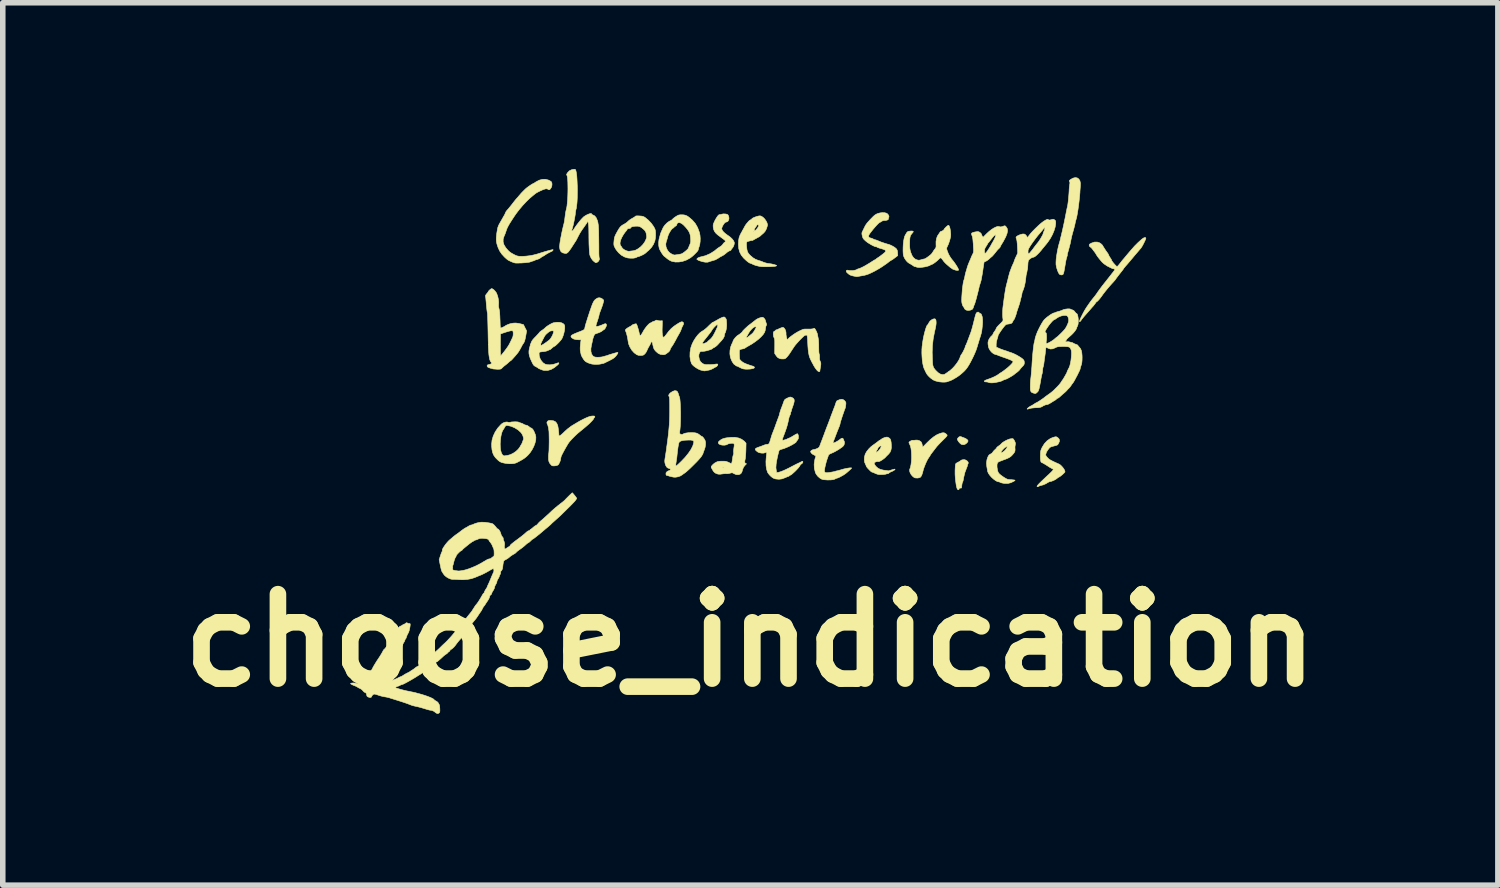
<source format=kicad_pcb>
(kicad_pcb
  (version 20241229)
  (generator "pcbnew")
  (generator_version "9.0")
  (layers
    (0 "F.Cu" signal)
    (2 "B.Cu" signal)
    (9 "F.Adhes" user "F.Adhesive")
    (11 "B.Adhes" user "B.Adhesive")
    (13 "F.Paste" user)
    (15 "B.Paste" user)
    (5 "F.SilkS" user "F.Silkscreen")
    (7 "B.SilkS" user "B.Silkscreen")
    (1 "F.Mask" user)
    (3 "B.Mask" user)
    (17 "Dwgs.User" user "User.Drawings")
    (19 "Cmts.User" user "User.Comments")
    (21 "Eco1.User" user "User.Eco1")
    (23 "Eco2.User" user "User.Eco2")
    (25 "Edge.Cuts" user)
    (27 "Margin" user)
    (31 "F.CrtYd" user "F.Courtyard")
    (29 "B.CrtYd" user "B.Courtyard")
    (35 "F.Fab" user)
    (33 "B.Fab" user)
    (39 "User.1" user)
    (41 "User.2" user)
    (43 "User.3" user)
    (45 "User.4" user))
  (footprint "choose_indication"
    (layer "F.Cu")
    (at 10.494 4.954)
    (property "Reference" "choose_indication" (at 0 3.556 0) (layer "F.SilkS") (effects (font (size 1.524 1.524) (thickness 0.3))))
    (attr through_hole)
    (fp_poly (pts (xy 3.797 -0.124) (xy 3.805 -0.121) (xy 3.826 -0.112) (xy 3.852 -0.103) (xy 3.855 -0.102) (xy 3.887 -0.088) (xy 3.913 -0.071) (xy 3.928 -0.052) (xy 3.93 -0.043) (xy 3.924 -0.028) (xy 3.909 -0.009) (xy 3.9 -0.001) (xy 3.874 0.017) (xy 3.848 0.024) (xy 3.816 0.019) (xy 3.816 0.019) (xy 3.799 0.01) (xy 3.779 -0.009) (xy 3.759 -0.032) (xy 3.744 -0.056) (xy 3.737 -0.075) (xy 3.737 -0.079) (xy 3.745 -0.095) (xy 3.762 -0.112) (xy 3.762 -0.113) (xy 3.781 -0.124) (xy 3.797 -0.124)) (stroke (width 0.01) (type solid)) (fill yes) (layer "F.SilkS"))
    (fp_poly (pts (xy 3.89 0.301) (xy 3.912 0.315) (xy 3.929 0.334) (xy 3.935 0.352) (xy 3.93 0.368) (xy 3.922 0.383) (xy 3.921 0.391) (xy 3.918 0.407) (xy 3.909 0.431) (xy 3.901 0.451) (xy 3.872 0.529) (xy 3.853 0.609) (xy 3.848 0.635) (xy 3.843 0.665) (xy 3.836 0.69) (xy 3.831 0.699) (xy 3.824 0.718) (xy 3.819 0.745) (xy 3.817 0.763) (xy 3.815 0.789) (xy 3.811 0.803) (xy 3.803 0.807) (xy 3.791 0.806) (xy 3.775 0.807) (xy 3.769 0.817) (xy 3.769 0.821) (xy 3.764 0.835) (xy 3.752 0.837) (xy 3.739 0.827) (xy 3.735 0.822) (xy 3.727 0.798) (xy 3.718 0.761) (xy 3.711 0.714) (xy 3.704 0.661) (xy 3.699 0.606) (xy 3.696 0.551) (xy 3.696 0.502) (xy 3.696 0.49) (xy 3.698 0.448) (xy 3.7 0.412) (xy 3.703 0.385) (xy 3.706 0.37) (xy 3.706 0.37) (xy 3.716 0.359) (xy 3.738 0.345) (xy 3.753 0.338) (xy 3.776 0.326) (xy 3.791 0.317) (xy 3.794 0.313) (xy 3.802 0.305) (xy 3.82 0.298) (xy 3.843 0.294) (xy 3.864 0.293) (xy 3.89 0.301)) (stroke (width 0.01) (type solid)) (fill yes) (layer "F.SilkS"))
    (fp_poly (pts (xy 3.503 -0.19) (xy 3.523 -0.179) (xy 3.533 -0.171) (xy 3.544 -0.161) (xy 3.551 -0.153) (xy 3.553 -0.145) (xy 3.548 -0.134) (xy 3.536 -0.119) (xy 3.516 -0.097) (xy 3.485 -0.067) (xy 3.46 -0.042) (xy 3.427 -0.009) (xy 3.396 0.024) (xy 3.37 0.052) (xy 3.354 0.072) (xy 3.333 0.099) (xy 3.308 0.132) (xy 3.284 0.163) (xy 3.265 0.188) (xy 3.251 0.209) (xy 3.244 0.221) (xy 3.244 0.222) (xy 3.239 0.233) (xy 3.228 0.246) (xy 3.214 0.267) (xy 3.195 0.299) (xy 3.175 0.34) (xy 3.156 0.384) (xy 3.139 0.428) (xy 3.125 0.466) (xy 3.121 0.483) (xy 3.108 0.533) (xy 3.096 0.569) (xy 3.083 0.594) (xy 3.07 0.61) (xy 3.069 0.611) (xy 3.049 0.62) (xy 3.019 0.625) (xy 2.988 0.624) (xy 2.963 0.619) (xy 2.96 0.617) (xy 2.93 0.594) (xy 2.904 0.564) (xy 2.885 0.53) (xy 2.875 0.498) (xy 2.876 0.47) (xy 2.879 0.463) (xy 2.892 0.428) (xy 2.901 0.38) (xy 2.908 0.324) (xy 2.911 0.263) (xy 2.91 0.201) (xy 2.907 0.142) (xy 2.9 0.089) (xy 2.89 0.046) (xy 2.878 0.02) (xy 2.868 -0.001) (xy 2.863 -0.017) (xy 2.863 -0.018) (xy 2.87 -0.028) (xy 2.887 -0.04) (xy 2.908 -0.051) (xy 2.927 -0.057) (xy 2.936 -0.057) (xy 2.949 -0.055) (xy 2.97 -0.058) (xy 2.975 -0.059) (xy 3.012 -0.06) (xy 3.049 -0.051) (xy 3.078 -0.032) (xy 3.085 -0.024) (xy 3.096 -0.002) (xy 3.103 0.026) (xy 3.104 0.03) (xy 3.106 0.052) (xy 3.107 0.066) (xy 3.107 0.067) (xy 3.113 0.063) (xy 3.129 0.049) (xy 3.151 0.027) (xy 3.178 -0.000468) (xy 3.178 -0.001) (xy 3.245 -0.066) (xy 3.306 -0.116) (xy 3.362 -0.153) (xy 3.411 -0.175) (xy 3.451 -0.188) (xy 3.48 -0.193) (xy 3.503 -0.19)) (stroke (width 0.01) (type solid)) (fill yes) (layer "F.SilkS"))
    (fp_poly (pts (xy -0.452 -4.142) (xy -0.421 -4.136) (xy -0.409 -4.13) (xy -0.4 -4.119) (xy -0.391 -4.099) (xy -0.39 -4.096) (xy -0.385 -4.066) (xy -0.39 -4.036) (xy -0.402 -4.013) (xy -0.42 -4) (xy -0.423 -3.999) (xy -0.445 -3.993) (xy -0.457 -3.986) (xy -0.474 -3.967) (xy -0.492 -3.94) (xy -0.507 -3.911) (xy -0.515 -3.886) (xy -0.517 -3.877) (xy -0.509 -3.852) (xy -0.488 -3.822) (xy -0.455 -3.791) (xy -0.412 -3.759) (xy -0.403 -3.753) (xy -0.363 -3.724) (xy -0.328 -3.691) (xy -0.303 -3.659) (xy -0.29 -3.63) (xy -0.288 -3.618) (xy -0.294 -3.583) (xy -0.309 -3.547) (xy -0.329 -3.52) (xy -0.33 -3.52) (xy -0.343 -3.504) (xy -0.347 -3.493) (xy -0.355 -3.484) (xy -0.372 -3.477) (xy -0.373 -3.477) (xy -0.393 -3.468) (xy -0.418 -3.451) (xy -0.434 -3.437) (xy -0.462 -3.414) (xy -0.493 -3.393) (xy -0.508 -3.385) (xy -0.539 -3.369) (xy -0.568 -3.351) (xy -0.576 -3.345) (xy -0.631 -3.314) (xy -0.694 -3.295) (xy -0.72 -3.288) (xy -0.742 -3.279) (xy -0.743 -3.279) (xy -0.772 -3.271) (xy -0.812 -3.271) (xy -0.86 -3.28) (xy -0.904 -3.293) (xy -0.934 -3.304) (xy -0.955 -3.316) (xy -0.965 -3.324) (xy -0.966 -3.325) (xy -0.958 -3.34) (xy -0.937 -3.353) (xy -0.907 -3.364) (xy -0.894 -3.367) (xy -0.808 -3.389) (xy -0.724 -3.426) (xy -0.647 -3.475) (xy -0.611 -3.505) (xy -0.585 -3.525) (xy -0.555 -3.545) (xy -0.547 -3.549) (xy -0.52 -3.568) (xy -0.499 -3.591) (xy -0.495 -3.597) (xy -0.481 -3.616) (xy -0.467 -3.629) (xy -0.465 -3.63) (xy -0.451 -3.64) (xy -0.452 -3.656) (xy -0.461 -3.669) (xy -0.473 -3.678) (xy -0.495 -3.695) (xy -0.524 -3.716) (xy -0.544 -3.731) (xy -0.591 -3.766) (xy -0.625 -3.798) (xy -0.647 -3.828) (xy -0.661 -3.86) (xy -0.669 -3.897) (xy -0.669 -3.898) (xy -0.671 -3.924) (xy -0.67 -3.945) (xy -0.665 -3.966) (xy -0.653 -3.993) (xy -0.644 -4.014) (xy -0.621 -4.056) (xy -0.599 -4.091) (xy -0.58 -4.116) (xy -0.564 -4.129) (xy -0.556 -4.13) (xy -0.542 -4.131) (xy -0.521 -4.136) (xy -0.516 -4.138) (xy -0.486 -4.143) (xy -0.452 -4.142)) (stroke (width 0.01) (type solid)) (fill yes) (layer "F.SilkS"))
    (fp_poly (pts (xy 5.524 -0.119) (xy 5.537 -0.113) (xy 5.539 -0.112) (xy 5.567 -0.089) (xy 5.58 -0.064) (xy 5.579 -0.035) (xy 5.563 0.001) (xy 5.549 0.023) (xy 5.538 0.03) (xy 5.515 0.038) (xy 5.484 0.046) (xy 5.48 0.047) (xy 5.436 0.059) (xy 5.408 0.072) (xy 5.401 0.079) (xy 5.367 0.122) (xy 5.346 0.157) (xy 5.341 0.171) (xy 5.335 0.192) (xy 5.331 0.205) (xy 5.334 0.217) (xy 5.347 0.237) (xy 5.365 0.258) (xy 5.387 0.279) (xy 5.407 0.294) (xy 5.407 0.294) (xy 5.428 0.305) (xy 5.458 0.321) (xy 5.494 0.338) (xy 5.529 0.354) (xy 5.558 0.367) (xy 5.57 0.372) (xy 5.593 0.386) (xy 5.617 0.408) (xy 5.641 0.435) (xy 5.661 0.463) (xy 5.675 0.489) (xy 5.68 0.51) (xy 5.678 0.518) (xy 5.666 0.532) (xy 5.645 0.552) (xy 5.621 0.573) (xy 5.598 0.591) (xy 5.581 0.603) (xy 5.578 0.604) (xy 5.558 0.615) (xy 5.543 0.626) (xy 5.521 0.643) (xy 5.492 0.66) (xy 5.461 0.674) (xy 5.435 0.684) (xy 5.422 0.686) (xy 5.401 0.691) (xy 5.379 0.701) (xy 5.334 0.728) (xy 5.288 0.748) (xy 5.255 0.757) (xy 5.232 0.763) (xy 5.215 0.769) (xy 5.213 0.77) (xy 5.194 0.781) (xy 5.18 0.782) (xy 5.175 0.775) (xy 5.179 0.766) (xy 5.192 0.749) (xy 5.214 0.725) (xy 5.247 0.692) (xy 5.291 0.65) (xy 5.307 0.635) (xy 5.358 0.587) (xy 5.398 0.55) (xy 5.428 0.521) (xy 5.449 0.5) (xy 5.461 0.484) (xy 5.467 0.474) (xy 5.467 0.467) (xy 5.462 0.462) (xy 5.453 0.457) (xy 5.448 0.455) (xy 5.431 0.446) (xy 5.404 0.431) (xy 5.372 0.41) (xy 5.35 0.396) (xy 5.318 0.376) (xy 5.29 0.36) (xy 5.271 0.35) (xy 5.264 0.347) (xy 5.251 0.341) (xy 5.242 0.321) (xy 5.237 0.287) (xy 5.235 0.237) (xy 5.236 0.219) (xy 5.237 0.178) (xy 5.24 0.148) (xy 5.245 0.124) (xy 5.254 0.1) (xy 5.268 0.071) (xy 5.27 0.067) (xy 5.31 0.003) (xy 5.359 -0.049) (xy 5.416 -0.088) (xy 5.461 -0.107) (xy 5.491 -0.116) (xy 5.511 -0.12) (xy 5.524 -0.119)) (stroke (width 0.01) (type solid)) (fill yes) (layer "F.SilkS"))
    (fp_poly (pts (xy -2.808 -0.49) (xy -2.807 -0.478) (xy -2.815 -0.467) (xy -2.826 -0.452) (xy -2.829 -0.444) (xy -2.835 -0.434) (xy -2.85 -0.416) (xy -2.871 -0.393) (xy -2.895 -0.368) (xy -2.92 -0.345) (xy -2.927 -0.339) (xy -2.984 -0.29) (xy -3.032 -0.25) (xy -3.074 -0.216) (xy -3.082 -0.209) (xy -3.116 -0.181) (xy -3.155 -0.145) (xy -3.194 -0.106) (xy -3.231 -0.068) (xy -3.261 -0.034) (xy -3.279 -0.011) (xy -3.297 0.017) (xy -3.318 0.053) (xy -3.341 0.093) (xy -3.364 0.134) (xy -3.385 0.174) (xy -3.402 0.207) (xy -3.413 0.232) (xy -3.416 0.241) (xy -3.422 0.268) (xy -3.425 0.288) (xy -3.432 0.317) (xy -3.445 0.348) (xy -3.46 0.376) (xy -3.469 0.387) (xy -3.488 0.397) (xy -3.519 0.404) (xy -3.531 0.405) (xy -3.559 0.406) (xy -3.577 0.403) (xy -3.59 0.394) (xy -3.596 0.388) (xy -3.621 0.358) (xy -3.635 0.329) (xy -3.642 0.295) (xy -3.643 0.266) (xy -3.643 0.23) (xy -3.641 0.196) (xy -3.638 0.174) (xy -3.636 0.155) (xy -3.634 0.123) (xy -3.633 0.08) (xy -3.632 0.03) (xy -3.631 -0.023) (xy -3.631 -0.077) (xy -3.632 -0.128) (xy -3.633 -0.172) (xy -3.634 -0.207) (xy -3.635 -0.22) (xy -3.643 -0.279) (xy -3.655 -0.327) (xy -3.665 -0.35) (xy -3.672 -0.369) (xy -3.67 -0.384) (xy -3.663 -0.394) (xy -3.652 -0.407) (xy -3.636 -0.413) (xy -3.609 -0.415) (xy -3.608 -0.415) (xy -3.559 -0.41) (xy -3.521 -0.394) (xy -3.495 -0.365) (xy -3.477 -0.324) (xy -3.471 -0.294) (xy -3.465 -0.254) (xy -3.46 -0.209) (xy -3.456 -0.164) (xy -3.456 -0.146) (xy -3.451 -0.136) (xy -3.436 -0.14) (xy -3.412 -0.157) (xy -3.378 -0.188) (xy -3.373 -0.193) (xy -3.344 -0.221) (xy -3.316 -0.246) (xy -3.293 -0.266) (xy -3.286 -0.271) (xy -3.267 -0.285) (xy -3.254 -0.295) (xy -3.252 -0.297) (xy -3.242 -0.305) (xy -3.221 -0.319) (xy -3.191 -0.337) (xy -3.156 -0.358) (xy -3.119 -0.38) (xy -3.083 -0.401) (xy -3.051 -0.418) (xy -3.032 -0.428) (xy -2.982 -0.453) (xy -2.943 -0.47) (xy -2.912 -0.482) (xy -2.885 -0.49) (xy -2.859 -0.494) (xy -2.857 -0.494) (xy -2.824 -0.495) (xy -2.808 -0.49)) (stroke (width 0.01) (type solid)) (fill yes) (layer "F.SilkS"))
    (fp_poly (pts (xy 5.9 -4.793) (xy 5.928 -4.774) (xy 5.949 -4.742) (xy 5.959 -4.698) (xy 5.958 -4.658) (xy 5.956 -4.627) (xy 5.953 -4.587) (xy 5.95 -4.545) (xy 5.95 -4.535) (xy 5.946 -4.483) (xy 5.94 -4.423) (xy 5.933 -4.359) (xy 5.925 -4.293) (xy 5.916 -4.229) (xy 5.907 -4.171) (xy 5.898 -4.119) (xy 5.89 -4.079) (xy 5.883 -4.053) (xy 5.883 -4.053) (xy 5.874 -4.022) (xy 5.867 -3.992) (xy 5.866 -3.989) (xy 5.859 -3.953) (xy 5.847 -3.904) (xy 5.831 -3.845) (xy 5.819 -3.803) (xy 5.801 -3.736) (xy 5.787 -3.67) (xy 5.781 -3.638) (xy 5.776 -3.613) (xy 5.767 -3.578) (xy 5.756 -3.536) (xy 5.745 -3.494) (xy 5.734 -3.456) (xy 5.731 -3.446) (xy 5.724 -3.422) (xy 5.722 -3.406) (xy 5.722 -3.402) (xy 5.722 -3.393) (xy 5.716 -3.373) (xy 5.714 -3.366) (xy 5.706 -3.34) (xy 5.698 -3.306) (xy 5.691 -3.269) (xy 5.691 -3.269) (xy 5.68 -3.203) (xy 5.671 -3.151) (xy 5.664 -3.112) (xy 5.658 -3.085) (xy 5.652 -3.066) (xy 5.648 -3.055) (xy 5.633 -3.044) (xy 5.611 -3.041) (xy 5.589 -3.048) (xy 5.578 -3.056) (xy 5.562 -3.081) (xy 5.546 -3.119) (xy 5.532 -3.162) (xy 5.522 -3.206) (xy 5.518 -3.231) (xy 5.518 -3.272) (xy 5.521 -3.326) (xy 5.529 -3.388) (xy 5.54 -3.454) (xy 5.553 -3.52) (xy 5.568 -3.583) (xy 5.582 -3.631) (xy 5.59 -3.658) (xy 5.595 -3.682) (xy 5.601 -3.708) (xy 5.607 -3.731) (xy 5.614 -3.758) (xy 5.623 -3.798) (xy 5.635 -3.847) (xy 5.647 -3.903) (xy 5.66 -3.962) (xy 5.672 -4.02) (xy 5.679 -4.053) (xy 5.688 -4.099) (xy 5.697 -4.144) (xy 5.704 -4.182) (xy 5.71 -4.209) (xy 5.71 -4.209) (xy 5.716 -4.241) (xy 5.723 -4.269) (xy 5.726 -4.281) (xy 5.73 -4.304) (xy 5.735 -4.341) (xy 5.741 -4.388) (xy 5.746 -4.444) (xy 5.751 -4.503) (xy 5.755 -4.565) (xy 5.755 -4.577) (xy 5.758 -4.617) (xy 5.762 -4.652) (xy 5.765 -4.678) (xy 5.768 -4.688) (xy 5.769 -4.712) (xy 5.763 -4.724) (xy 5.757 -4.736) (xy 5.76 -4.746) (xy 5.775 -4.759) (xy 5.778 -4.762) (xy 5.823 -4.788) (xy 5.864 -4.798) (xy 5.9 -4.793)) (stroke (width 0.01) (type solid)) (fill yes) (layer "F.SilkS"))
    (fp_poly (pts (xy -0.271 -0.109) (xy -0.209 -0.097) (xy -0.157 -0.075) (xy -0.112 -0.042) (xy -0.1 -0.03) (xy -0.077 -0.004) (xy -0.08 0.123) (xy -0.082 0.171) (xy -0.085 0.215) (xy -0.088 0.252) (xy -0.091 0.278) (xy -0.093 0.284) (xy -0.1 0.319) (xy -0.1 0.342) (xy -0.093 0.355) (xy -0.083 0.361) (xy -0.072 0.365) (xy -0.071 0.371) (xy -0.082 0.381) (xy -0.09 0.389) (xy -0.12 0.425) (xy -0.141 0.474) (xy -0.147 0.501) (xy -0.161 0.534) (xy -0.185 0.555) (xy -0.217 0.565) (xy -0.254 0.563) (xy -0.293 0.547) (xy -0.314 0.535) (xy -0.33 0.53) (xy -0.349 0.533) (xy -0.369 0.539) (xy -0.397 0.545) (xy -0.421 0.547) (xy -0.43 0.546) (xy -0.447 0.545) (xy -0.475 0.547) (xy -0.508 0.551) (xy -0.509 0.551) (xy -0.544 0.556) (xy -0.569 0.556) (xy -0.59 0.552) (xy -0.605 0.547) (xy -0.632 0.535) (xy -0.651 0.52) (xy -0.669 0.499) (xy -0.688 0.466) (xy -0.689 0.465) (xy -0.701 0.442) (xy -0.706 0.428) (xy -0.705 0.426) (xy -0.497 0.426) (xy -0.496 0.431) (xy -0.491 0.432) (xy -0.484 0.429) (xy -0.486 0.426) (xy -0.496 0.425) (xy -0.497 0.426) (xy -0.705 0.426) (xy -0.703 0.416) (xy -0.695 0.403) (xy -0.673 0.379) (xy -0.642 0.354) (xy -0.607 0.335) (xy -0.596 0.33) (xy -0.577 0.326) (xy -0.547 0.322) (xy -0.512 0.321) (xy -0.507 0.321) (xy -0.474 0.321) (xy -0.448 0.323) (xy -0.425 0.329) (xy -0.399 0.339) (xy -0.363 0.357) (xy -0.362 0.357) (xy -0.351 0.362) (xy -0.343 0.361) (xy -0.336 0.354) (xy -0.331 0.337) (xy -0.326 0.308) (xy -0.32 0.266) (xy -0.317 0.243) (xy -0.311 0.219) (xy -0.305 0.203) (xy -0.3 0.182) (xy -0.301 0.166) (xy -0.303 0.147) (xy -0.301 0.118) (xy -0.297 0.085) (xy -0.297 0.084) (xy -0.291 0.045) (xy -0.291 0.019) (xy -0.296 0.004) (xy -0.309 -0.002) (xy -0.332 -0.003) (xy -0.345 -0.002) (xy -0.374 0.002) (xy -0.397 0.008) (xy -0.407 0.013) (xy -0.432 0.026) (xy -0.467 0.032) (xy -0.505 0.031) (xy -0.54 0.024) (xy -0.566 0.01) (xy -0.568 0.008) (xy -0.578 -0.009) (xy -0.576 -0.026) (xy -0.558 -0.045) (xy -0.531 -0.066) (xy -0.499 -0.083) (xy -0.46 -0.095) (xy -0.427 -0.101) (xy -0.343 -0.11) (xy -0.271 -0.109)) (stroke (width 0.01) (type solid)) (fill yes) (layer "F.SilkS"))
    (fp_poly (pts (xy 4.743 -0.084) (xy 4.756 -0.068) (xy 4.769 -0.047) (xy 4.781 -0.019) (xy 4.786 0.002) (xy 4.783 0.022) (xy 4.783 0.025) (xy 4.778 0.052) (xy 4.777 0.075) (xy 4.777 0.076) (xy 4.779 0.112) (xy 4.777 0.138) (xy 4.769 0.159) (xy 4.753 0.181) (xy 4.743 0.193) (xy 4.72 0.219) (xy 4.698 0.239) (xy 4.673 0.255) (xy 4.641 0.271) (xy 4.598 0.288) (xy 4.578 0.295) (xy 4.542 0.309) (xy 4.51 0.321) (xy 4.487 0.33) (xy 4.481 0.333) (xy 4.462 0.351) (xy 4.453 0.382) (xy 4.453 0.427) (xy 4.459 0.466) (xy 4.466 0.5) (xy 4.475 0.523) (xy 4.487 0.541) (xy 4.504 0.558) (xy 4.53 0.579) (xy 4.562 0.602) (xy 4.59 0.62) (xy 4.619 0.637) (xy 4.642 0.647) (xy 4.668 0.652) (xy 4.702 0.655) (xy 4.712 0.655) (xy 4.743 0.658) (xy 4.767 0.661) (xy 4.779 0.664) (xy 4.779 0.665) (xy 4.772 0.673) (xy 4.758 0.683) (xy 4.703 0.709) (xy 4.65 0.723) (xy 4.594 0.723) (xy 4.565 0.719) (xy 4.538 0.713) (xy 4.518 0.707) (xy 4.511 0.703) (xy 4.496 0.696) (xy 4.487 0.694) (xy 4.458 0.688) (xy 4.424 0.669) (xy 4.388 0.642) (xy 4.352 0.609) (xy 4.321 0.573) (xy 4.297 0.538) (xy 4.284 0.506) (xy 4.282 0.499) (xy 4.279 0.474) (xy 4.273 0.442) (xy 4.269 0.419) (xy 4.263 0.356) (xy 4.271 0.295) (xy 4.286 0.249) (xy 4.3 0.221) (xy 4.315 0.204) (xy 4.336 0.192) (xy 4.358 0.179) (xy 4.373 0.165) (xy 4.374 0.162) (xy 4.522 0.162) (xy 4.526 0.168) (xy 4.542 0.163) (xy 4.564 0.152) (xy 4.583 0.138) (xy 4.603 0.117) (xy 4.621 0.095) (xy 4.633 0.074) (xy 4.637 0.06) (xy 4.636 0.058) (xy 4.627 0.057) (xy 4.609 0.066) (xy 4.587 0.083) (xy 4.564 0.106) (xy 4.553 0.117) (xy 4.531 0.145) (xy 4.522 0.162) (xy 4.374 0.162) (xy 4.375 0.161) (xy 4.384 0.146) (xy 4.402 0.126) (xy 4.413 0.116) (xy 4.432 0.098) (xy 4.444 0.084) (xy 4.446 0.078) (xy 4.453 0.069) (xy 4.47 0.055) (xy 4.483 0.046) (xy 4.508 0.028) (xy 4.529 0.008) (xy 4.535 0.001) (xy 4.551 -0.014) (xy 4.577 -0.031) (xy 4.61 -0.05) (xy 4.644 -0.066) (xy 4.675 -0.078) (xy 4.692 -0.082) (xy 4.715 -0.085) (xy 4.73 -0.087) (xy 4.743 -0.084)) (stroke (width 0.01) (type solid)) (fill yes) (layer "F.SilkS"))
    (fp_poly (pts (xy -4.212 -0.389) (xy -4.19 -0.386) (xy -4.181 -0.383) (xy -4.167 -0.376) (xy -4.144 -0.369) (xy -4.142 -0.368) (xy -4.115 -0.359) (xy -4.092 -0.346) (xy -4.092 -0.346) (xy -4.069 -0.334) (xy -4.049 -0.33) (xy -4.027 -0.324) (xy -4.001 -0.308) (xy -3.998 -0.305) (xy -3.978 -0.289) (xy -3.963 -0.28) (xy -3.959 -0.279) (xy -3.947 -0.274) (xy -3.932 -0.26) (xy -3.922 -0.248) (xy -3.913 -0.232) (xy -3.901 -0.209) (xy -3.887 -0.175) (xy -3.88 -0.158) (xy -3.871 -0.116) (xy -3.873 -0.064) (xy -3.886 -0.007) (xy -3.908 0.052) (xy -3.938 0.111) (xy -3.975 0.167) (xy -4.013 0.211) (xy -4.038 0.235) (xy -4.063 0.256) (xy -4.09 0.276) (xy -4.124 0.297) (xy -4.166 0.32) (xy -4.221 0.349) (xy -4.221 0.349) (xy -4.26 0.362) (xy -4.311 0.367) (xy -4.37 0.366) (xy -4.419 0.36) (xy -4.463 0.351) (xy -4.494 0.342) (xy -4.519 0.33) (xy -4.543 0.313) (xy -4.565 0.293) (xy -4.604 0.253) (xy -4.632 0.212) (xy -4.651 0.167) (xy -4.663 0.114) (xy -4.669 0.05) (xy -4.669 0.013) (xy -4.669 0.009) (xy -4.515 0.009) (xy -4.513 0.07) (xy -4.507 0.123) (xy -4.495 0.167) (xy -4.479 0.2) (xy -4.459 0.22) (xy -4.436 0.225) (xy -4.43 0.224) (xy -4.414 0.221) (xy -4.389 0.217) (xy -4.379 0.216) (xy -4.33 0.202) (xy -4.279 0.177) (xy -4.231 0.144) (xy -4.19 0.106) (xy -4.161 0.067) (xy -4.161 0.067) (xy -4.147 0.042) (xy -4.133 0.019) (xy -4.131 0.017) (xy -4.119 -0.008) (xy -4.111 -0.03) (xy -4.104 -0.051) (xy -4.097 -0.065) (xy -4.093 -0.083) (xy -4.097 -0.11) (xy -4.107 -0.141) (xy -4.123 -0.172) (xy -4.14 -0.196) (xy -4.191 -0.243) (xy -4.252 -0.281) (xy -4.317 -0.309) (xy -4.381 -0.323) (xy -4.386 -0.324) (xy -4.407 -0.323) (xy -4.42 -0.314) (xy -4.43 -0.298) (xy -4.445 -0.272) (xy -4.463 -0.244) (xy -4.466 -0.239) (xy -4.481 -0.209) (xy -4.494 -0.165) (xy -4.502 -0.127) (xy -4.511 -0.057) (xy -4.515 0.009) (xy -4.669 0.009) (xy -4.662 -0.06) (xy -4.64 -0.134) (xy -4.605 -0.208) (xy -4.56 -0.276) (xy -4.505 -0.337) (xy -4.483 -0.357) (xy -4.457 -0.372) (xy -4.426 -0.383) (xy -4.396 -0.387) (xy -4.373 -0.383) (xy -4.373 -0.382) (xy -4.353 -0.379) (xy -4.333 -0.382) (xy -4.309 -0.387) (xy -4.277 -0.389) (xy -4.243 -0.39) (xy -4.212 -0.389)) (stroke (width 0.01) (type solid)) (fill yes) (layer "F.SilkS"))
    (fp_poly (pts (xy -2.002 -4.106) (xy -1.965 -4.103) (xy -1.939 -4.098) (xy -1.918 -4.089) (xy -1.902 -4.08) (xy -1.842 -4.031) (xy -1.788 -3.974) (xy -1.745 -3.914) (xy -1.722 -3.871) (xy -1.714 -3.841) (xy -1.71 -3.799) (xy -1.71 -3.752) (xy -1.714 -3.704) (xy -1.722 -3.66) (xy -1.724 -3.653) (xy -1.748 -3.594) (xy -1.786 -3.536) (xy -1.832 -3.488) (xy -1.837 -3.483) (xy -1.862 -3.463) (xy -1.883 -3.443) (xy -1.894 -3.434) (xy -1.91 -3.422) (xy -1.936 -3.407) (xy -1.967 -3.392) (xy -1.996 -3.38) (xy -2.018 -3.372) (xy -2.026 -3.371) (xy -2.041 -3.366) (xy -2.054 -3.359) (xy -2.079 -3.349) (xy -2.116 -3.343) (xy -2.161 -3.343) (xy -2.208 -3.347) (xy -2.21 -3.347) (xy -2.269 -3.365) (xy -2.325 -3.396) (xy -2.377 -3.441) (xy -2.422 -3.496) (xy -2.445 -3.536) (xy -2.457 -3.561) (xy -2.463 -3.583) (xy -2.463 -3.6) (xy -2.352 -3.6) (xy -2.345 -3.577) (xy -2.344 -3.575) (xy -2.331 -3.558) (xy -2.319 -3.537) (xy -2.3 -3.514) (xy -2.27 -3.493) (xy -2.235 -3.477) (xy -2.202 -3.468) (xy -2.186 -3.468) (xy -2.158 -3.472) (xy -2.125 -3.476) (xy -2.113 -3.477) (xy -2.07 -3.489) (xy -2.025 -3.514) (xy -1.98 -3.548) (xy -1.94 -3.589) (xy -1.907 -3.634) (xy -1.892 -3.663) (xy -1.88 -3.692) (xy -1.873 -3.712) (xy -1.871 -3.727) (xy -1.872 -3.746) (xy -1.875 -3.764) (xy -1.881 -3.798) (xy -1.891 -3.823) (xy -1.906 -3.845) (xy -1.926 -3.864) (xy -1.962 -3.894) (xy -1.995 -3.913) (xy -2.029 -3.921) (xy -2.071 -3.921) (xy -2.107 -3.917) (xy -2.136 -3.911) (xy -2.152 -3.902) (xy -2.156 -3.895) (xy -2.166 -3.883) (xy -2.188 -3.879) (xy -2.189 -3.879) (xy -2.212 -3.876) (xy -2.223 -3.864) (xy -2.223 -3.863) (xy -2.232 -3.847) (xy -2.248 -3.826) (xy -2.256 -3.818) (xy -2.273 -3.795) (xy -2.294 -3.764) (xy -2.313 -3.73) (xy -2.316 -3.726) (xy -2.338 -3.677) (xy -2.35 -3.634) (xy -2.352 -3.6) (xy -2.463 -3.6) (xy -2.464 -3.608) (xy -2.462 -3.637) (xy -2.458 -3.678) (xy -2.454 -3.707) (xy -2.447 -3.731) (xy -2.437 -3.756) (xy -2.422 -3.786) (xy -2.421 -3.788) (xy -2.392 -3.84) (xy -2.368 -3.88) (xy -2.347 -3.908) (xy -2.325 -3.929) (xy -2.301 -3.945) (xy -2.288 -3.952) (xy -2.256 -3.97) (xy -2.225 -3.992) (xy -2.211 -4.006) (xy -2.186 -4.028) (xy -2.154 -4.05) (xy -2.134 -4.061) (xy -2.108 -4.076) (xy -2.087 -4.089) (xy -2.079 -4.097) (xy -2.07 -4.104) (xy -2.053 -4.107) (xy -2.025 -4.107) (xy -2.002 -4.106)) (stroke (width 0.01) (type solid)) (fill yes) (layer "F.SilkS"))
    (fp_poly (pts (xy 2.488 -0.108) (xy 2.494 -0.105) (xy 2.513 -0.093) (xy 2.527 -0.077) (xy 2.536 -0.052) (xy 2.542 -0.017) (xy 2.545 0.024) (xy 2.546 0.079) (xy 2.538 0.123) (xy 2.522 0.16) (xy 2.494 0.195) (xy 2.479 0.209) (xy 2.459 0.229) (xy 2.443 0.245) (xy 2.438 0.252) (xy 2.43 0.26) (xy 2.412 0.274) (xy 2.387 0.293) (xy 2.382 0.296) (xy 2.346 0.318) (xy 2.322 0.328) (xy 2.312 0.328) (xy 2.293 0.327) (xy 2.268 0.332) (xy 2.266 0.333) (xy 2.244 0.344) (xy 2.236 0.36) (xy 2.244 0.382) (xy 2.265 0.412) (xy 2.269 0.416) (xy 2.305 0.448) (xy 2.35 0.47) (xy 2.407 0.483) (xy 2.434 0.486) (xy 2.461 0.489) (xy 2.481 0.493) (xy 2.488 0.495) (xy 2.497 0.494) (xy 2.518 0.488) (xy 2.546 0.48) (xy 2.55 0.478) (xy 2.579 0.47) (xy 2.601 0.465) (xy 2.612 0.465) (xy 2.613 0.466) (xy 2.609 0.474) (xy 2.594 0.486) (xy 2.573 0.498) (xy 2.549 0.509) (xy 2.54 0.512) (xy 2.518 0.523) (xy 2.501 0.536) (xy 2.486 0.547) (xy 2.476 0.548) (xy 2.476 0.548) (xy 2.466 0.547) (xy 2.454 0.552) (xy 2.435 0.557) (xy 2.405 0.561) (xy 2.369 0.563) (xy 2.335 0.563) (xy 2.316 0.561) (xy 2.294 0.556) (xy 2.265 0.546) (xy 2.246 0.537) (xy 2.221 0.526) (xy 2.202 0.519) (xy 2.194 0.517) (xy 2.183 0.511) (xy 2.165 0.495) (xy 2.144 0.474) (xy 2.122 0.451) (xy 2.104 0.429) (xy 2.093 0.413) (xy 2.092 0.408) (xy 2.087 0.392) (xy 2.076 0.371) (xy 2.075 0.368) (xy 2.062 0.336) (xy 2.057 0.293) (xy 2.06 0.247) (xy 2.072 0.201) (xy 2.081 0.18) (xy 2.097 0.153) (xy 2.27 0.153) (xy 2.273 0.161) (xy 2.274 0.161) (xy 2.284 0.156) (xy 2.3 0.145) (xy 2.304 0.142) (xy 2.322 0.125) (xy 2.34 0.101) (xy 2.355 0.075) (xy 2.363 0.054) (xy 2.363 0.051) (xy 2.358 0.044) (xy 2.345 0.047) (xy 2.329 0.056) (xy 2.314 0.069) (xy 2.305 0.083) (xy 2.304 0.088) (xy 2.299 0.101) (xy 2.287 0.118) (xy 2.287 0.119) (xy 2.275 0.138) (xy 2.27 0.153) (xy 2.097 0.153) (xy 2.106 0.14) (xy 2.14 0.097) (xy 2.18 0.058) (xy 2.219 0.028) (xy 2.221 0.027) (xy 2.245 0.01) (xy 2.275 -0.012) (xy 2.293 -0.026) (xy 2.315 -0.043) (xy 2.332 -0.056) (xy 2.34 -0.059) (xy 2.35 -0.065) (xy 2.365 -0.076) (xy 2.384 -0.089) (xy 2.412 -0.101) (xy 2.425 -0.106) (xy 2.452 -0.113) (xy 2.47 -0.114) (xy 2.488 -0.108)) (stroke (width 0.01) (type solid)) (fill yes) (layer "F.SilkS"))
    (fp_poly (pts (xy -1.2 -4.125) (xy -1.166 -4.117) (xy -1.133 -4.101) (xy -1.098 -4.075) (xy -1.056 -4.039) (xy -1.045 -4.029) (xy -0.993 -3.969) (xy -0.952 -3.897) (xy -0.92 -3.812) (xy -0.917 -3.803) (xy -0.908 -3.753) (xy -0.904 -3.697) (xy -0.906 -3.64) (xy -0.913 -3.589) (xy -0.922 -3.557) (xy -0.932 -3.529) (xy -0.938 -3.506) (xy -0.94 -3.495) (xy -0.946 -3.481) (xy -0.963 -3.459) (xy -0.988 -3.433) (xy -1.017 -3.404) (xy -1.048 -3.376) (xy -1.079 -3.352) (xy -1.093 -3.343) (xy -1.154 -3.31) (xy -1.22 -3.287) (xy -1.287 -3.275) (xy -1.352 -3.274) (xy -1.41 -3.285) (xy -1.431 -3.292) (xy -1.463 -3.309) (xy -1.494 -3.33) (xy -1.508 -3.341) (xy -1.529 -3.359) (xy -1.546 -3.373) (xy -1.552 -3.376) (xy -1.565 -3.389) (xy -1.583 -3.412) (xy -1.603 -3.442) (xy -1.621 -3.473) (xy -1.636 -3.501) (xy -1.643 -3.517) (xy -1.653 -3.568) (xy -1.654 -3.599) (xy -1.527 -3.599) (xy -1.521 -3.546) (xy -1.499 -3.494) (xy -1.478 -3.464) (xy -1.456 -3.442) (xy -1.427 -3.423) (xy -1.398 -3.408) (xy -1.372 -3.401) (xy -1.354 -3.402) (xy -1.343 -3.404) (xy -1.32 -3.407) (xy -1.299 -3.41) (xy -1.247 -3.42) (xy -1.217 -3.435) (xy -1.192 -3.453) (xy -1.166 -3.474) (xy -1.142 -3.495) (xy -1.125 -3.513) (xy -1.118 -3.524) (xy -1.118 -3.524) (xy -1.115 -3.535) (xy -1.106 -3.556) (xy -1.096 -3.58) (xy -1.085 -3.606) (xy -1.079 -3.628) (xy -1.076 -3.651) (xy -1.077 -3.683) (xy -1.078 -3.702) (xy -1.083 -3.748) (xy -1.091 -3.785) (xy -1.106 -3.819) (xy -1.128 -3.854) (xy -1.161 -3.895) (xy -1.168 -3.903) (xy -1.209 -3.946) (xy -1.245 -3.973) (xy -1.276 -3.985) (xy -1.302 -3.983) (xy -1.321 -3.971) (xy -1.325 -3.955) (xy -1.333 -3.935) (xy -1.349 -3.923) (xy -1.368 -3.911) (xy -1.378 -3.899) (xy -1.388 -3.889) (xy -1.393 -3.887) (xy -1.406 -3.88) (xy -1.424 -3.861) (xy -1.443 -3.833) (xy -1.463 -3.8) (xy -1.479 -3.767) (xy -1.49 -3.735) (xy -1.493 -3.722) (xy -1.499 -3.7) (xy -1.508 -3.67) (xy -1.515 -3.652) (xy -1.527 -3.599) (xy -1.654 -3.599) (xy -1.655 -3.627) (xy -1.648 -3.685) (xy -1.642 -3.708) (xy -1.635 -3.735) (xy -1.629 -3.756) (xy -1.627 -3.765) (xy -1.624 -3.778) (xy -1.615 -3.802) (xy -1.602 -3.832) (xy -1.588 -3.864) (xy -1.575 -3.892) (xy -1.57 -3.902) (xy -1.542 -3.941) (xy -1.506 -3.978) (xy -1.466 -4.008) (xy -1.442 -4.02) (xy -1.42 -4.032) (xy -1.405 -4.047) (xy -1.404 -4.047) (xy -1.392 -4.06) (xy -1.37 -4.077) (xy -1.344 -4.095) (xy -1.316 -4.112) (xy -1.294 -4.122) (xy -1.27 -4.126) (xy -1.237 -4.127) (xy -1.2 -4.125)) (stroke (width 0.01) (type solid)) (fill yes) (layer "F.SilkS"))
    (fp_poly (pts (xy -3.412 -2.179) (xy -3.378 -2.163) (xy -3.356 -2.14) (xy -3.355 -2.137) (xy -3.35 -2.112) (xy -3.35 -2.075) (xy -3.356 -2.032) (xy -3.366 -1.986) (xy -3.38 -1.941) (xy -3.395 -1.903) (xy -3.407 -1.881) (xy -3.425 -1.859) (xy -3.447 -1.833) (xy -3.473 -1.806) (xy -3.498 -1.782) (xy -3.519 -1.763) (xy -3.533 -1.754) (xy -3.536 -1.753) (xy -3.547 -1.748) (xy -3.565 -1.734) (xy -3.577 -1.724) (xy -3.596 -1.707) (xy -3.609 -1.696) (xy -3.613 -1.694) (xy -3.623 -1.691) (xy -3.641 -1.683) (xy -3.649 -1.68) (xy -3.668 -1.671) (xy -3.684 -1.666) (xy -3.701 -1.662) (xy -3.726 -1.658) (xy -3.758 -1.655) (xy -3.787 -1.651) (xy -3.803 -1.647) (xy -3.81 -1.64) (xy -3.813 -1.626) (xy -3.813 -1.623) (xy -3.81 -1.578) (xy -3.795 -1.531) (xy -3.77 -1.488) (xy -3.737 -1.452) (xy -3.702 -1.43) (xy -3.661 -1.42) (xy -3.611 -1.419) (xy -3.556 -1.427) (xy -3.502 -1.443) (xy -3.484 -1.45) (xy -3.464 -1.456) (xy -3.455 -1.451) (xy -3.459 -1.438) (xy -3.474 -1.42) (xy -3.536 -1.369) (xy -3.598 -1.334) (xy -3.658 -1.317) (xy -3.718 -1.317) (xy -3.74 -1.321) (xy -3.762 -1.328) (xy -3.778 -1.334) (xy -3.796 -1.342) (xy -3.801 -1.344) (xy -3.817 -1.35) (xy -3.827 -1.358) (xy -3.843 -1.369) (xy -3.867 -1.383) (xy -3.877 -1.388) (xy -3.896 -1.399) (xy -3.91 -1.412) (xy -3.924 -1.432) (xy -3.939 -1.462) (xy -3.946 -1.477) (xy -3.972 -1.534) (xy -3.988 -1.583) (xy -3.996 -1.626) (xy -3.996 -1.668) (xy -3.988 -1.715) (xy -3.973 -1.77) (xy -3.972 -1.773) (xy -3.969 -1.782) (xy -3.785 -1.782) (xy -3.78 -1.771) (xy -3.775 -1.77) (xy -3.763 -1.775) (xy -3.741 -1.787) (xy -3.714 -1.804) (xy -3.703 -1.812) (xy -3.673 -1.833) (xy -3.645 -1.854) (xy -3.625 -1.87) (xy -3.622 -1.873) (xy -3.603 -1.896) (xy -3.583 -1.929) (xy -3.565 -1.966) (xy -3.554 -1.999) (xy -3.552 -2.006) (xy -3.549 -2.023) (xy -3.554 -2.031) (xy -3.57 -2.033) (xy -3.58 -2.033) (xy -3.605 -2.03) (xy -3.628 -2.019) (xy -3.651 -2.001) (xy -3.679 -1.977) (xy -3.698 -1.958) (xy -3.711 -1.939) (xy -3.724 -1.916) (xy -3.727 -1.91) (xy -3.742 -1.881) (xy -3.759 -1.848) (xy -3.765 -1.838) (xy -3.78 -1.805) (xy -3.785 -1.782) (xy -3.969 -1.782) (xy -3.961 -1.808) (xy -3.95 -1.834) (xy -3.939 -1.855) (xy -3.923 -1.876) (xy -3.901 -1.901) (xy -3.874 -1.928) (xy -3.847 -1.957) (xy -3.824 -1.982) (xy -3.809 -1.999) (xy -3.803 -2.008) (xy -3.803 -2.008) (xy -3.796 -2.015) (xy -3.779 -2.028) (xy -3.762 -2.04) (xy -3.736 -2.058) (xy -3.714 -2.076) (xy -3.705 -2.085) (xy -3.683 -2.105) (xy -3.651 -2.127) (xy -3.615 -2.149) (xy -3.581 -2.167) (xy -3.556 -2.177) (xy -3.504 -2.186) (xy -3.455 -2.187) (xy -3.412 -2.179)) (stroke (width 0.01) (type solid)) (fill yes) (layer "F.SilkS"))
    (fp_poly (pts (xy -1.68 -2.222) (xy -1.674 -2.22) (xy -1.653 -2.214) (xy -1.626 -2.212) (xy -1.621 -2.212) (xy -1.588 -2.215) (xy -1.589 -2.181) (xy -1.589 -2.157) (xy -1.59 -2.123) (xy -1.591 -2.083) (xy -1.592 -2.062) (xy -1.591 -2.001) (xy -1.587 -1.956) (xy -1.579 -1.928) (xy -1.567 -1.916) (xy -1.566 -1.916) (xy -1.555 -1.921) (xy -1.538 -1.939) (xy -1.517 -1.966) (xy -1.516 -1.967) (xy -1.472 -2.025) (xy -1.429 -2.072) (xy -1.383 -2.111) (xy -1.351 -2.134) (xy -1.308 -2.162) (xy -1.276 -2.181) (xy -1.252 -2.192) (xy -1.236 -2.196) (xy -1.223 -2.193) (xy -1.219 -2.191) (xy -1.205 -2.176) (xy -1.205 -2.155) (xy -1.219 -2.125) (xy -1.22 -2.124) (xy -1.234 -2.096) (xy -1.245 -2.066) (xy -1.246 -2.063) (xy -1.257 -2.033) (xy -1.272 -2.003) (xy -1.274 -2) (xy -1.285 -1.98) (xy -1.302 -1.95) (xy -1.323 -1.913) (xy -1.342 -1.876) (xy -1.364 -1.836) (xy -1.386 -1.797) (xy -1.406 -1.765) (xy -1.42 -1.745) (xy -1.436 -1.721) (xy -1.446 -1.699) (xy -1.448 -1.689) (xy -1.456 -1.671) (xy -1.478 -1.648) (xy -1.494 -1.636) (xy -1.521 -1.616) (xy -1.542 -1.605) (xy -1.564 -1.601) (xy -1.58 -1.601) (xy -1.623 -1.607) (xy -1.662 -1.625) (xy -1.701 -1.658) (xy -1.712 -1.67) (xy -1.728 -1.689) (xy -1.739 -1.707) (xy -1.748 -1.731) (xy -1.756 -1.763) (xy -1.766 -1.808) (xy -1.766 -1.811) (xy -1.774 -1.83) (xy -1.784 -1.835) (xy -1.793 -1.823) (xy -1.795 -1.816) (xy -1.802 -1.801) (xy -1.814 -1.776) (xy -1.83 -1.749) (xy -1.846 -1.72) (xy -1.859 -1.693) (xy -1.866 -1.676) (xy -1.875 -1.657) (xy -1.89 -1.633) (xy -1.899 -1.623) (xy -1.918 -1.603) (xy -1.935 -1.593) (xy -1.957 -1.589) (xy -1.974 -1.588) (xy -2.014 -1.589) (xy -2.046 -1.6) (xy -2.049 -1.601) (xy -2.097 -1.636) (xy -2.14 -1.684) (xy -2.174 -1.74) (xy -2.198 -1.799) (xy -2.207 -1.85) (xy -2.212 -1.883) (xy -2.219 -1.922) (xy -2.229 -1.963) (xy -2.239 -1.998) (xy -2.249 -2.023) (xy -2.25 -2.026) (xy -2.256 -2.041) (xy -2.254 -2.052) (xy -2.241 -2.065) (xy -2.235 -2.071) (xy -2.209 -2.089) (xy -2.179 -2.106) (xy -2.171 -2.11) (xy -2.15 -2.122) (xy -2.136 -2.132) (xy -2.134 -2.135) (xy -2.127 -2.141) (xy -2.109 -2.148) (xy -2.087 -2.155) (xy -2.067 -2.159) (xy -2.061 -2.16) (xy -2.054 -2.152) (xy -2.044 -2.13) (xy -2.033 -2.096) (xy -2.02 -2.053) (xy -2.008 -2.004) (xy -2.007 -1.997) (xy -2 -1.971) (xy -1.993 -1.953) (xy -1.988 -1.948) (xy -1.974 -1.956) (xy -1.957 -1.98) (xy -1.939 -2.012) (xy -1.919 -2.047) (xy -1.894 -2.083) (xy -1.867 -2.118) (xy -1.841 -2.146) (xy -1.819 -2.166) (xy -1.808 -2.172) (xy -1.786 -2.182) (xy -1.772 -2.191) (xy -1.755 -2.201) (xy -1.748 -2.202) (xy -1.732 -2.206) (xy -1.714 -2.216) (xy -1.696 -2.225) (xy -1.68 -2.222)) (stroke (width 0.01) (type solid)) (fill yes) (layer "F.SilkS"))
    (fp_poly (pts (xy 0.202 -4.1) (xy 0.231 -4.08) (xy 0.259 -4.052) (xy 0.283 -4.018) (xy 0.301 -3.983) (xy 0.31 -3.951) (xy 0.309 -3.933) (xy 0.291 -3.874) (xy 0.265 -3.826) (xy 0.234 -3.792) (xy 0.211 -3.773) (xy 0.193 -3.757) (xy 0.186 -3.75) (xy 0.173 -3.739) (xy 0.149 -3.724) (xy 0.119 -3.708) (xy 0.114 -3.705) (xy 0.085 -3.689) (xy 0.061 -3.676) (xy 0.047 -3.667) (xy 0.046 -3.666) (xy 0.035 -3.662) (xy 0.032 -3.663) (xy 0.022 -3.663) (xy 0.003 -3.659) (xy -0.005 -3.657) (xy -0.029 -3.65) (xy -0.047 -3.646) (xy -0.05 -3.646) (xy -0.062 -3.638) (xy -0.069 -3.615) (xy -0.069 -3.575) (xy -0.066 -3.538) (xy -0.06 -3.493) (xy -0.051 -3.46) (xy -0.036 -3.432) (xy -0.012 -3.404) (xy 0.01 -3.383) (xy 0.051 -3.349) (xy 0.091 -3.325) (xy 0.138 -3.306) (xy 0.152 -3.302) (xy 0.184 -3.292) (xy 0.219 -3.279) (xy 0.234 -3.272) (xy 0.269 -3.26) (xy 0.307 -3.25) (xy 0.322 -3.248) (xy 0.359 -3.243) (xy 0.386 -3.239) (xy 0.41 -3.233) (xy 0.438 -3.226) (xy 0.465 -3.217) (xy 0.475 -3.209) (xy 0.468 -3.203) (xy 0.445 -3.197) (xy 0.406 -3.193) (xy 0.35 -3.19) (xy 0.31 -3.19) (xy 0.266 -3.189) (xy 0.225 -3.19) (xy 0.192 -3.192) (xy 0.171 -3.195) (xy 0.169 -3.195) (xy 0.139 -3.202) (xy 0.11 -3.209) (xy 0.084 -3.217) (xy 0.053 -3.229) (xy 0.043 -3.234) (xy 0.02 -3.245) (xy 0.003 -3.251) (xy -0.001 -3.252) (xy -0.016 -3.258) (xy -0.04 -3.274) (xy -0.069 -3.297) (xy -0.1 -3.326) (xy -0.124 -3.349) (xy -0.164 -3.4) (xy -0.192 -3.455) (xy -0.209 -3.517) (xy -0.215 -3.59) (xy -0.215 -3.6) (xy -0.212 -3.661) (xy -0.203 -3.713) (xy -0.186 -3.759) (xy -0.17 -3.79) (xy -0.153 -3.82) (xy -0.148 -3.828) (xy 0.051 -3.828) (xy 0.054 -3.821) (xy 0.056 -3.823) (xy 0.057 -3.833) (xy 0.056 -3.834) (xy 0.051 -3.833) (xy 0.051 -3.828) (xy -0.148 -3.828) (xy -0.138 -3.848) (xy 0.069 -3.848) (xy 0.071 -3.838) (xy 0.073 -3.837) (xy 0.085 -3.842) (xy 0.094 -3.848) (xy 0.111 -3.865) (xy 0.129 -3.887) (xy 0.144 -3.911) (xy 0.152 -3.929) (xy 0.152 -3.933) (xy 0.145 -3.944) (xy 0.136 -3.947) (xy 0.122 -3.944) (xy 0.119 -3.939) (xy 0.114 -3.928) (xy 0.101 -3.911) (xy 0.098 -3.907) (xy 0.084 -3.887) (xy 0.074 -3.865) (xy 0.069 -3.848) (xy -0.138 -3.848) (xy -0.133 -3.857) (xy -0.115 -3.89) (xy -0.099 -3.92) (xy -0.084 -3.944) (xy -0.073 -3.96) (xy -0.072 -3.961) (xy -0.059 -3.976) (xy -0.041 -3.997) (xy -0.038 -4.002) (xy -0.019 -4.021) (xy -0.000012 -4.034) (xy 0.004 -4.035) (xy 0.021 -4.044) (xy 0.027 -4.053) (xy 0.036 -4.063) (xy 0.057 -4.074) (xy 0.086 -4.086) (xy 0.118 -4.097) (xy 0.149 -4.105) (xy 0.174 -4.108) (xy 0.175 -4.108) (xy 0.202 -4.1)) (stroke (width 0.01) (type solid)) (fill yes) (layer "F.SilkS"))
    (fp_poly (pts (xy 0.23 -2.273) (xy 0.244 -2.264) (xy 0.264 -2.24) (xy 0.274 -2.214) (xy 0.281 -2.187) (xy 0.289 -2.165) (xy 0.29 -2.162) (xy 0.294 -2.142) (xy 0.29 -2.132) (xy 0.285 -2.124) (xy 0.28 -2.111) (xy 0.276 -2.089) (xy 0.271 -2.055) (xy 0.268 -2.037) (xy 0.256 -2.003) (xy 0.231 -1.965) (xy 0.193 -1.923) (xy 0.145 -1.879) (xy 0.089 -1.836) (xy 0.025 -1.793) (xy -0.034 -1.759) (xy -0.061 -1.744) (xy -0.084 -1.729) (xy -0.095 -1.721) (xy -0.112 -1.713) (xy -0.138 -1.706) (xy -0.148 -1.704) (xy -0.176 -1.698) (xy -0.193 -1.689) (xy -0.194 -1.686) (xy -0.197 -1.673) (xy -0.198 -1.647) (xy -0.198 -1.614) (xy -0.197 -1.578) (xy -0.195 -1.544) (xy -0.194 -1.525) (xy -0.185 -1.509) (xy -0.166 -1.489) (xy -0.14 -1.468) (xy -0.111 -1.451) (xy -0.106 -1.449) (xy -0.082 -1.438) (xy -0.05 -1.426) (xy -0.016 -1.414) (xy 0.016 -1.403) (xy 0.04 -1.396) (xy 0.049 -1.394) (xy 0.065 -1.387) (xy 0.074 -1.374) (xy 0.073 -1.365) (xy 0.059 -1.355) (xy 0.031 -1.348) (xy -0.004 -1.342) (xy -0.044 -1.34) (xy -0.084 -1.34) (xy -0.12 -1.344) (xy -0.144 -1.35) (xy -0.172 -1.362) (xy -0.201 -1.377) (xy -0.206 -1.379) (xy -0.228 -1.391) (xy -0.246 -1.397) (xy -0.25 -1.397) (xy -0.261 -1.402) (xy -0.263 -1.405) (xy -0.27 -1.414) (xy -0.279 -1.418) (xy -0.295 -1.43) (xy -0.314 -1.455) (xy -0.333 -1.487) (xy -0.349 -1.524) (xy -0.361 -1.56) (xy -0.369 -1.616) (xy -0.367 -1.677) (xy -0.356 -1.737) (xy -0.337 -1.789) (xy -0.334 -1.794) (xy -0.322 -1.818) (xy -0.315 -1.836) (xy -0.313 -1.841) (xy -0.308 -1.858) (xy -0.293 -1.882) (xy -0.272 -1.908) (xy -0.265 -1.915) (xy -0.076 -1.915) (xy -0.074 -1.906) (xy -0.071 -1.906) (xy -0.062 -1.91) (xy -0.044 -1.921) (xy -0.039 -1.924) (xy -0.021 -1.938) (xy -0.01 -1.947) (xy -0.008 -1.948) (xy 0.001 -1.956) (xy 0.017 -1.969) (xy 0.021 -1.972) (xy 0.04 -1.988) (xy 0.056 -2.008) (xy 0.075 -2.036) (xy 0.093 -2.069) (xy 0.103 -2.089) (xy 0.105 -2.1) (xy 0.099 -2.105) (xy 0.098 -2.106) (xy 0.079 -2.104) (xy 0.055 -2.091) (xy 0.028 -2.068) (xy 0.000444 -2.037) (xy -0.024 -2.002) (xy -0.033 -1.986) (xy -0.048 -1.959) (xy -0.061 -1.938) (xy -0.068 -1.927) (xy -0.076 -1.915) (xy -0.265 -1.915) (xy -0.25 -1.932) (xy -0.229 -1.949) (xy -0.222 -1.953) (xy -0.203 -1.965) (xy -0.18 -1.982) (xy -0.158 -2) (xy -0.142 -2.017) (xy -0.136 -2.028) (xy -0.136 -2.029) (xy -0.13 -2.037) (xy -0.114 -2.053) (xy -0.093 -2.074) (xy -0.069 -2.096) (xy -0.046 -2.117) (xy -0.027 -2.133) (xy -0.021 -2.137) (xy 0.012 -2.162) (xy 0.053 -2.194) (xy 0.096 -2.228) (xy 0.098 -2.23) (xy 0.123 -2.246) (xy 0.155 -2.261) (xy 0.174 -2.267) (xy 0.201 -2.275) (xy 0.218 -2.277) (xy 0.23 -2.273)) (stroke (width 0.01) (type solid)) (fill yes) (layer "F.SilkS"))
    (fp_poly (pts (xy 0.596 -2.093) (xy 0.61 -2.082) (xy 0.612 -2.08) (xy 0.628 -2.057) (xy 0.64 -2.025) (xy 0.645 -1.992) (xy 0.644 -1.98) (xy 0.645 -1.961) (xy 0.649 -1.936) (xy 0.654 -1.91) (xy 0.661 -1.887) (xy 0.667 -1.874) (xy 0.67 -1.872) (xy 0.677 -1.878) (xy 0.678 -1.879) (xy 0.684 -1.89) (xy 0.703 -1.908) (xy 0.73 -1.93) (xy 0.764 -1.955) (xy 0.8 -1.98) (xy 0.837 -2.003) (xy 0.871 -2.022) (xy 0.881 -2.027) (xy 0.917 -2.044) (xy 0.943 -2.056) (xy 0.965 -2.062) (xy 0.987 -2.064) (xy 1.016 -2.064) (xy 1.038 -2.064) (xy 1.089 -2.064) (xy 1.124 -2.068) (xy 1.136 -2.072) (xy 1.15 -2.078) (xy 1.159 -2.076) (xy 1.169 -2.065) (xy 1.182 -2.043) (xy 1.197 -2.013) (xy 1.209 -1.982) (xy 1.212 -1.969) (xy 1.217 -1.94) (xy 1.224 -1.905) (xy 1.227 -1.89) (xy 1.231 -1.864) (xy 1.233 -1.826) (xy 1.235 -1.782) (xy 1.235 -1.737) (xy 1.236 -1.692) (xy 1.237 -1.654) (xy 1.24 -1.626) (xy 1.244 -1.612) (xy 1.248 -1.594) (xy 1.25 -1.567) (xy 1.249 -1.554) (xy 1.25 -1.513) (xy 1.261 -1.482) (xy 1.269 -1.466) (xy 1.272 -1.451) (xy 1.273 -1.432) (xy 1.27 -1.404) (xy 1.266 -1.376) (xy 1.26 -1.342) (xy 1.256 -1.316) (xy 1.254 -1.3) (xy 1.254 -1.298) (xy 1.246 -1.296) (xy 1.237 -1.296) (xy 1.222 -1.303) (xy 1.201 -1.323) (xy 1.186 -1.342) (xy 1.167 -1.368) (xy 1.153 -1.391) (xy 1.145 -1.404) (xy 1.138 -1.418) (xy 1.125 -1.442) (xy 1.109 -1.471) (xy 1.108 -1.474) (xy 1.088 -1.513) (xy 1.072 -1.551) (xy 1.06 -1.592) (xy 1.051 -1.638) (xy 1.044 -1.694) (xy 1.039 -1.761) (xy 1.037 -1.8) (xy 1.035 -1.84) (xy 1.033 -1.876) (xy 1.031 -1.903) (xy 1.03 -1.914) (xy 1.027 -1.935) (xy 1.026 -1.946) (xy 1.018 -1.955) (xy 1.002 -1.955) (xy 0.982 -1.948) (xy 0.972 -1.942) (xy 0.944 -1.916) (xy 0.909 -1.882) (xy 0.872 -1.843) (xy 0.836 -1.803) (xy 0.805 -1.766) (xy 0.784 -1.736) (xy 0.761 -1.701) (xy 0.737 -1.664) (xy 0.718 -1.635) (xy 0.697 -1.604) (xy 0.673 -1.573) (xy 0.658 -1.556) (xy 0.639 -1.538) (xy 0.623 -1.528) (xy 0.602 -1.525) (xy 0.582 -1.525) (xy 0.555 -1.526) (xy 0.535 -1.53) (xy 0.529 -1.533) (xy 0.517 -1.54) (xy 0.51 -1.541) (xy 0.498 -1.548) (xy 0.481 -1.565) (xy 0.468 -1.582) (xy 0.44 -1.623) (xy 0.441 -1.755) (xy 0.441 -1.808) (xy 0.441 -1.846) (xy 0.439 -1.873) (xy 0.436 -1.891) (xy 0.431 -1.903) (xy 0.429 -1.907) (xy 0.419 -1.931) (xy 0.415 -1.965) (xy 0.415 -1.971) (xy 0.416 -1.998) (xy 0.42 -2.014) (xy 0.43 -2.023) (xy 0.436 -2.026) (xy 0.452 -2.035) (xy 0.457 -2.043) (xy 0.464 -2.049) (xy 0.468 -2.05) (xy 0.482 -2.053) (xy 0.503 -2.063) (xy 0.504 -2.063) (xy 0.53 -2.076) (xy 0.559 -2.087) (xy 0.561 -2.088) (xy 0.582 -2.094) (xy 0.596 -2.093)) (stroke (width 0.01) (type solid)) (fill yes) (layer "F.SilkS"))
    (fp_poly (pts (xy 3.587 -3.93) (xy 3.597 -3.908) (xy 3.606 -3.874) (xy 3.613 -3.83) (xy 3.617 -3.78) (xy 3.617 -3.765) (xy 3.615 -3.731) (xy 3.605 -3.688) (xy 3.591 -3.64) (xy 3.573 -3.591) (xy 3.556 -3.554) (xy 3.547 -3.535) (xy 3.544 -3.519) (xy 3.547 -3.501) (xy 3.554 -3.478) (xy 3.575 -3.424) (xy 3.601 -3.375) (xy 3.635 -3.325) (xy 3.659 -3.297) (xy 3.681 -3.268) (xy 3.704 -3.235) (xy 3.726 -3.201) (xy 3.744 -3.17) (xy 3.756 -3.145) (xy 3.76 -3.131) (xy 3.753 -3.124) (xy 3.733 -3.123) (xy 3.707 -3.127) (xy 3.657 -3.144) (xy 3.612 -3.174) (xy 3.604 -3.181) (xy 3.583 -3.199) (xy 3.556 -3.222) (xy 3.54 -3.236) (xy 3.513 -3.262) (xy 3.487 -3.292) (xy 3.477 -3.307) (xy 3.46 -3.329) (xy 3.446 -3.345) (xy 3.44 -3.349) (xy 3.428 -3.347) (xy 3.41 -3.334) (xy 3.402 -3.325) (xy 3.375 -3.299) (xy 3.343 -3.273) (xy 3.312 -3.25) (xy 3.286 -3.235) (xy 3.277 -3.231) (xy 3.258 -3.224) (xy 3.248 -3.218) (xy 3.224 -3.206) (xy 3.19 -3.196) (xy 3.148 -3.186) (xy 3.104 -3.18) (xy 3.063 -3.176) (xy 3.028 -3.177) (xy 3.004 -3.182) (xy 3.003 -3.182) (xy 2.985 -3.189) (xy 2.975 -3.19) (xy 2.965 -3.192) (xy 2.947 -3.202) (xy 2.935 -3.211) (xy 2.91 -3.227) (xy 2.887 -3.241) (xy 2.88 -3.244) (xy 2.848 -3.264) (xy 2.816 -3.296) (xy 2.789 -3.335) (xy 2.781 -3.35) (xy 2.771 -3.372) (xy 2.764 -3.393) (xy 2.76 -3.419) (xy 2.758 -3.454) (xy 2.757 -3.483) (xy 2.758 -3.541) (xy 2.761 -3.599) (xy 2.767 -3.653) (xy 2.776 -3.7) (xy 2.785 -3.734) (xy 2.787 -3.739) (xy 2.799 -3.764) (xy 2.815 -3.791) (xy 2.817 -3.796) (xy 2.832 -3.815) (xy 2.847 -3.826) (xy 2.872 -3.831) (xy 2.879 -3.832) (xy 2.906 -3.834) (xy 2.928 -3.833) (xy 2.934 -3.831) (xy 2.942 -3.824) (xy 2.939 -3.815) (xy 2.927 -3.8) (xy 2.907 -3.776) (xy 2.893 -3.754) (xy 2.884 -3.728) (xy 2.879 -3.696) (xy 2.877 -3.653) (xy 2.876 -3.616) (xy 2.876 -3.568) (xy 2.878 -3.531) (xy 2.882 -3.502) (xy 2.888 -3.473) (xy 2.897 -3.445) (xy 2.919 -3.391) (xy 2.947 -3.351) (xy 2.981 -3.324) (xy 3.009 -3.313) (xy 3.036 -3.307) (xy 3.059 -3.309) (xy 3.082 -3.315) (xy 3.108 -3.323) (xy 3.13 -3.328) (xy 3.136 -3.329) (xy 3.153 -3.333) (xy 3.179 -3.349) (xy 3.215 -3.374) (xy 3.253 -3.404) (xy 3.274 -3.425) (xy 3.291 -3.449) (xy 3.292 -3.45) (xy 3.306 -3.474) (xy 3.325 -3.501) (xy 3.331 -3.508) (xy 3.345 -3.527) (xy 3.352 -3.544) (xy 3.353 -3.566) (xy 3.352 -3.589) (xy 3.352 -3.645) (xy 3.361 -3.698) (xy 3.377 -3.742) (xy 3.389 -3.761) (xy 3.405 -3.784) (xy 3.419 -3.805) (xy 3.421 -3.809) (xy 3.433 -3.824) (xy 3.443 -3.828) (xy 3.46 -3.833) (xy 3.479 -3.844) (xy 3.494 -3.857) (xy 3.498 -3.865) (xy 3.504 -3.876) (xy 3.519 -3.892) (xy 3.538 -3.911) (xy 3.557 -3.927) (xy 3.572 -3.937) (xy 3.576 -3.938) (xy 3.587 -3.93)) (stroke (width 0.01) (type solid)) (fill yes) (layer "F.SilkS"))
    (fp_poly (pts (xy -0.469 -2.282) (xy -0.457 -2.273) (xy -0.451 -2.266) (xy -0.442 -2.254) (xy -0.436 -2.242) (xy -0.432 -2.226) (xy -0.43 -2.202) (xy -0.428 -2.166) (xy -0.427 -2.143) (xy -0.429 -2.108) (xy -0.433 -2.069) (xy -0.441 -2.033) (xy -0.45 -2.004) (xy -0.459 -1.987) (xy -0.464 -1.972) (xy -0.466 -1.959) (xy -0.472 -1.928) (xy -0.49 -1.894) (xy -0.516 -1.861) (xy -0.517 -1.859) (xy -0.537 -1.838) (xy -0.561 -1.812) (xy -0.578 -1.793) (xy -0.603 -1.767) (xy -0.63 -1.745) (xy -0.648 -1.734) (xy -0.669 -1.723) (xy -0.684 -1.713) (xy -0.686 -1.71) (xy -0.698 -1.702) (xy -0.723 -1.692) (xy -0.755 -1.682) (xy -0.79 -1.672) (xy -0.824 -1.665) (xy -0.852 -1.662) (xy -0.862 -1.661) (xy -0.887 -1.662) (xy -0.901 -1.657) (xy -0.912 -1.644) (xy -0.917 -1.635) (xy -0.927 -1.61) (xy -0.93 -1.581) (xy -0.929 -1.562) (xy -0.919 -1.514) (xy -0.901 -1.477) (xy -0.871 -1.449) (xy -0.863 -1.443) (xy -0.844 -1.433) (xy -0.824 -1.426) (xy -0.8 -1.423) (xy -0.765 -1.422) (xy -0.755 -1.422) (xy -0.715 -1.423) (xy -0.674 -1.425) (xy -0.641 -1.429) (xy -0.637 -1.43) (xy -0.609 -1.433) (xy -0.594 -1.433) (xy -0.587 -1.427) (xy -0.587 -1.425) (xy -0.589 -1.413) (xy -0.6 -1.397) (xy -0.614 -1.384) (xy -0.622 -1.381) (xy -0.632 -1.376) (xy -0.65 -1.366) (xy -0.663 -1.358) (xy -0.691 -1.343) (xy -0.719 -1.331) (xy -0.728 -1.328) (xy -0.763 -1.32) (xy -0.795 -1.314) (xy -0.819 -1.31) (xy -0.831 -1.309) (xy -0.832 -1.309) (xy -0.841 -1.311) (xy -0.86 -1.315) (xy -0.864 -1.315) (xy -0.9 -1.325) (xy -0.941 -1.343) (xy -0.981 -1.367) (xy -1.018 -1.394) (xy -1.047 -1.421) (xy -1.061 -1.441) (xy -1.081 -1.502) (xy -1.09 -1.571) (xy -1.088 -1.646) (xy -1.075 -1.722) (xy -1.072 -1.734) (xy -1.052 -1.79) (xy -1.043 -1.809) (xy -0.864 -1.809) (xy -0.859 -1.799) (xy -0.845 -1.8) (xy -0.824 -1.808) (xy -0.799 -1.818) (xy -0.798 -1.819) (xy -0.78 -1.828) (xy -0.771 -1.836) (xy -0.771 -1.837) (xy -0.765 -1.845) (xy -0.748 -1.859) (xy -0.73 -1.874) (xy -0.707 -1.896) (xy -0.683 -1.926) (xy -0.659 -1.966) (xy -0.631 -2.02) (xy -0.601 -2.087) (xy -0.597 -2.094) (xy -0.589 -2.121) (xy -0.591 -2.138) (xy -0.601 -2.143) (xy -0.611 -2.137) (xy -0.629 -2.121) (xy -0.65 -2.1) (xy -0.67 -2.077) (xy -0.686 -2.056) (xy -0.692 -2.046) (xy -0.705 -2.025) (xy -0.729 -1.992) (xy -0.764 -1.947) (xy -0.81 -1.889) (xy -0.839 -1.853) (xy -0.857 -1.827) (xy -0.864 -1.809) (xy -1.043 -1.809) (xy -1.024 -1.848) (xy -0.989 -1.904) (xy -0.951 -1.954) (xy -0.912 -1.995) (xy -0.873 -2.024) (xy -0.858 -2.032) (xy -0.838 -2.045) (xy -0.81 -2.067) (xy -0.779 -2.094) (xy -0.756 -2.117) (xy -0.728 -2.144) (xy -0.704 -2.166) (xy -0.687 -2.181) (xy -0.679 -2.185) (xy -0.668 -2.189) (xy -0.647 -2.2) (xy -0.619 -2.216) (xy -0.604 -2.224) (xy -0.57 -2.244) (xy -0.537 -2.261) (xy -0.51 -2.273) (xy -0.504 -2.276) (xy -0.482 -2.282) (xy -0.469 -2.282)) (stroke (width 0.01) (type solid)) (fill yes) (layer "F.SilkS"))
    (fp_poly (pts (xy -2.696 -2.623) (xy -2.676 -2.612) (xy -2.653 -2.593) (xy -2.646 -2.578) (xy -2.646 -2.576) (xy -2.651 -2.558) (xy -2.656 -2.537) (xy -2.664 -2.507) (xy -2.679 -2.464) (xy -2.7 -2.408) (xy -2.711 -2.379) (xy -2.722 -2.349) (xy -2.73 -2.32) (xy -2.731 -2.311) (xy -2.736 -2.29) (xy -2.745 -2.259) (xy -2.757 -2.223) (xy -2.761 -2.209) (xy -2.775 -2.167) (xy -2.784 -2.138) (xy -2.786 -2.121) (xy -2.781 -2.112) (xy -2.771 -2.111) (xy -2.755 -2.113) (xy -2.724 -2.121) (xy -2.694 -2.132) (xy -2.693 -2.132) (xy -2.656 -2.148) (xy -2.631 -2.158) (xy -2.615 -2.161) (xy -2.606 -2.158) (xy -2.6 -2.151) (xy -2.599 -2.15) (xy -2.596 -2.135) (xy -2.601 -2.115) (xy -2.61 -2.096) (xy -2.622 -2.074) (xy -2.632 -2.06) (xy -2.635 -2.058) (xy -2.645 -2.053) (xy -2.662 -2.04) (xy -2.67 -2.034) (xy -2.694 -2.017) (xy -2.726 -2.002) (xy -2.744 -1.995) (xy -2.772 -1.986) (xy -2.793 -1.978) (xy -2.802 -1.974) (xy -2.813 -1.963) (xy -2.825 -1.939) (xy -2.836 -1.908) (xy -2.846 -1.874) (xy -2.85 -1.852) (xy -2.856 -1.823) (xy -2.864 -1.787) (xy -2.868 -1.77) (xy -2.878 -1.711) (xy -2.877 -1.659) (xy -2.866 -1.615) (xy -2.845 -1.582) (xy -2.834 -1.573) (xy -2.815 -1.562) (xy -2.794 -1.557) (xy -2.763 -1.555) (xy -2.748 -1.555) (xy -2.712 -1.557) (xy -2.678 -1.561) (xy -2.655 -1.567) (xy -2.631 -1.574) (xy -2.612 -1.579) (xy -2.609 -1.58) (xy -2.592 -1.584) (xy -2.57 -1.592) (xy -2.551 -1.599) (xy -2.523 -1.608) (xy -2.489 -1.618) (xy -2.455 -1.628) (xy -2.426 -1.636) (xy -2.404 -1.642) (xy -2.396 -1.643) (xy -2.389 -1.638) (xy -2.394 -1.622) (xy -2.412 -1.596) (xy -2.422 -1.582) (xy -2.44 -1.562) (xy -2.46 -1.544) (xy -2.485 -1.527) (xy -2.52 -1.508) (xy -2.553 -1.491) (xy -2.59 -1.473) (xy -2.62 -1.458) (xy -2.641 -1.448) (xy -2.651 -1.444) (xy -2.651 -1.444) (xy -2.658 -1.444) (xy -2.675 -1.44) (xy -2.678 -1.439) (xy -2.715 -1.431) (xy -2.76 -1.427) (xy -2.808 -1.427) (xy -2.85 -1.431) (xy -2.858 -1.432) (xy -2.892 -1.441) (xy -2.928 -1.454) (xy -2.945 -1.462) (xy -2.972 -1.477) (xy -2.993 -1.496) (xy -3.014 -1.524) (xy -3.021 -1.536) (xy -3.037 -1.563) (xy -3.049 -1.586) (xy -3.054 -1.6) (xy -3.054 -1.601) (xy -3.057 -1.617) (xy -3.063 -1.641) (xy -3.064 -1.646) (xy -3.07 -1.68) (xy -3.071 -1.726) (xy -3.067 -1.78) (xy -3.062 -1.827) (xy -3.055 -1.871) (xy -3.089 -1.87) (xy -3.145 -1.874) (xy -3.189 -1.885) (xy -3.22 -1.904) (xy -3.233 -1.918) (xy -3.238 -1.931) (xy -3.234 -1.943) (xy -3.22 -1.956) (xy -3.193 -1.971) (xy -3.154 -1.988) (xy -3.1 -2.01) (xy -3.083 -2.016) (xy -3.044 -2.032) (xy -3.017 -2.044) (xy -3.001 -2.055) (xy -2.992 -2.067) (xy -2.987 -2.083) (xy -2.986 -2.092) (xy -2.983 -2.104) (xy -2.981 -2.116) (xy -2.978 -2.13) (xy -2.972 -2.148) (xy -2.965 -2.172) (xy -2.954 -2.206) (xy -2.94 -2.252) (xy -2.923 -2.304) (xy -2.899 -2.378) (xy -2.878 -2.438) (xy -2.861 -2.486) (xy -2.847 -2.523) (xy -2.833 -2.551) (xy -2.821 -2.572) (xy -2.809 -2.587) (xy -2.799 -2.597) (xy -2.763 -2.622) (xy -2.73 -2.63) (xy -2.696 -2.623)) (stroke (width 0.01) (type solid)) (fill yes) (layer "F.SilkS"))
    (fp_poly (pts (xy -4.651 -2.788) (xy -4.629 -2.772) (xy -4.607 -2.749) (xy -4.588 -2.724) (xy -4.579 -2.708) (xy -4.56 -2.656) (xy -4.548 -2.601) (xy -4.543 -2.55) (xy -4.544 -2.521) (xy -4.545 -2.47) (xy -4.537 -2.434) (xy -4.53 -2.404) (xy -4.525 -2.365) (xy -4.523 -2.329) (xy -4.521 -2.295) (xy -4.52 -2.265) (xy -4.519 -2.245) (xy -4.519 -2.244) (xy -4.518 -2.226) (xy -4.517 -2.196) (xy -4.516 -2.161) (xy -4.516 -2.153) (xy -4.514 -2.116) (xy -4.51 -2.092) (xy -4.505 -2.083) (xy -4.505 -2.083) (xy -4.492 -2.087) (xy -4.471 -2.095) (xy -4.449 -2.106) (xy -4.433 -2.114) (xy -4.43 -2.117) (xy -4.414 -2.128) (xy -4.387 -2.141) (xy -4.357 -2.153) (xy -4.336 -2.16) (xy -4.281 -2.171) (xy -4.234 -2.173) (xy -4.186 -2.167) (xy -4.159 -2.161) (xy -4.095 -2.145) (xy -4.067 -2.088) (xy -4.038 -2.031) (xy -4.052 -1.949) (xy -4.062 -1.897) (xy -4.071 -1.859) (xy -4.081 -1.831) (xy -4.092 -1.811) (xy -4.1 -1.8) (xy -4.112 -1.783) (xy -4.126 -1.757) (xy -4.141 -1.728) (xy -4.16 -1.693) (xy -4.181 -1.658) (xy -4.197 -1.635) (xy -4.221 -1.606) (xy -4.247 -1.575) (xy -4.273 -1.546) (xy -4.296 -1.52) (xy -4.315 -1.501) (xy -4.327 -1.491) (xy -4.328 -1.491) (xy -4.338 -1.485) (xy -4.354 -1.471) (xy -4.363 -1.463) (xy -4.388 -1.44) (xy -4.415 -1.419) (xy -4.421 -1.414) (xy -4.447 -1.394) (xy -4.473 -1.37) (xy -4.477 -1.366) (xy -4.491 -1.352) (xy -4.503 -1.344) (xy -4.52 -1.34) (xy -4.545 -1.339) (xy -4.57 -1.339) (xy -4.64 -1.344) (xy -4.692 -1.358) (xy -4.723 -1.369) (xy -4.741 -1.379) (xy -4.749 -1.39) (xy -4.75 -1.395) (xy -4.75 -1.408) (xy -4.744 -1.416) (xy -4.726 -1.422) (xy -4.709 -1.426) (xy -4.682 -1.435) (xy -4.67 -1.445) (xy -4.673 -1.458) (xy -4.68 -1.467) (xy -4.693 -1.486) (xy -4.704 -1.514) (xy -4.712 -1.552) (xy -4.719 -1.601) (xy -4.724 -1.662) (xy -4.727 -1.724) (xy -4.512 -1.724) (xy -4.511 -1.675) (xy -4.511 -1.634) (xy -4.509 -1.604) (xy -4.508 -1.587) (xy -4.506 -1.584) (xy -4.499 -1.59) (xy -4.483 -1.607) (xy -4.464 -1.631) (xy -4.454 -1.643) (xy -4.421 -1.686) (xy -4.396 -1.72) (xy -4.376 -1.749) (xy -4.359 -1.776) (xy -4.343 -1.806) (xy -4.325 -1.842) (xy -4.303 -1.888) (xy -4.29 -1.916) (xy -4.283 -1.939) (xy -4.28 -1.969) (xy -4.28 -1.999) (xy -4.284 -2.022) (xy -4.289 -2.031) (xy -4.305 -2.035) (xy -4.335 -2.031) (xy -4.38 -2.019) (xy -4.425 -2.005) (xy -4.51 -1.976) (xy -4.512 -1.78) (xy -4.512 -1.724) (xy -4.727 -1.724) (xy -4.728 -1.738) (xy -4.73 -1.829) (xy -4.731 -1.846) (xy -4.733 -1.952) (xy -4.735 -2.047) (xy -4.737 -2.131) (xy -4.739 -2.204) (xy -4.741 -2.263) (xy -4.743 -2.309) (xy -4.744 -2.34) (xy -4.746 -2.354) (xy -4.746 -2.355) (xy -4.75 -2.375) (xy -4.755 -2.41) (xy -4.76 -2.459) (xy -4.766 -2.522) (xy -4.768 -2.549) (xy -4.772 -2.588) (xy -4.775 -2.622) (xy -4.779 -2.646) (xy -4.781 -2.655) (xy -4.779 -2.673) (xy -4.765 -2.695) (xy -4.76 -2.7) (xy -4.745 -2.718) (xy -4.735 -2.731) (xy -4.734 -2.734) (xy -4.728 -2.746) (xy -4.713 -2.763) (xy -4.694 -2.78) (xy -4.676 -2.792) (xy -4.668 -2.795) (xy -4.651 -2.788)) (stroke (width 0.01) (type solid)) (fill yes) (layer "F.SilkS"))
    (fp_poly (pts (xy 4.127 -2.364) (xy 4.13 -2.359) (xy 4.142 -2.347) (xy 4.149 -2.346) (xy 4.165 -2.338) (xy 4.177 -2.315) (xy 4.187 -2.281) (xy 4.192 -2.238) (xy 4.193 -2.189) (xy 4.19 -2.139) (xy 4.186 -2.102) (xy 4.182 -2.065) (xy 4.18 -2.047) (xy 4.176 -2.021) (xy 4.168 -1.985) (xy 4.157 -1.945) (xy 4.15 -1.924) (xy 4.135 -1.877) (xy 4.119 -1.823) (xy 4.103 -1.772) (xy 4.099 -1.757) (xy 4.085 -1.713) (xy 4.072 -1.675) (xy 4.057 -1.639) (xy 4.04 -1.6) (xy 4.018 -1.553) (xy 4.008 -1.533) (xy 3.976 -1.47) (xy 3.948 -1.42) (xy 3.922 -1.378) (xy 3.896 -1.343) (xy 3.867 -1.31) (xy 3.832 -1.277) (xy 3.79 -1.241) (xy 3.762 -1.22) (xy 3.727 -1.196) (xy 3.688 -1.173) (xy 3.652 -1.152) (xy 3.62 -1.137) (xy 3.6 -1.129) (xy 3.576 -1.122) (xy 3.563 -1.116) (xy 3.538 -1.109) (xy 3.501 -1.106) (xy 3.457 -1.107) (xy 3.41 -1.112) (xy 3.401 -1.114) (xy 3.345 -1.127) (xy 3.299 -1.147) (xy 3.255 -1.179) (xy 3.231 -1.201) (xy 3.212 -1.22) (xy 3.198 -1.237) (xy 3.184 -1.256) (xy 3.171 -1.28) (xy 3.155 -1.313) (xy 3.137 -1.351) (xy 3.124 -1.389) (xy 3.113 -1.441) (xy 3.104 -1.502) (xy 3.099 -1.568) (xy 3.096 -1.636) (xy 3.097 -1.67) (xy 3.097 -1.698) (xy 3.099 -1.722) (xy 3.1 -1.745) (xy 3.104 -1.772) (xy 3.108 -1.807) (xy 3.115 -1.853) (xy 3.117 -1.863) (xy 3.124 -1.905) (xy 3.134 -1.95) (xy 3.145 -1.996) (xy 3.157 -2.04) (xy 3.169 -2.079) (xy 3.18 -2.109) (xy 3.189 -2.129) (xy 3.194 -2.134) (xy 3.202 -2.141) (xy 3.213 -2.159) (xy 3.216 -2.166) (xy 3.244 -2.209) (xy 3.281 -2.237) (xy 3.3 -2.245) (xy 3.326 -2.25) (xy 3.342 -2.243) (xy 3.351 -2.224) (xy 3.354 -2.19) (xy 3.354 -2.188) (xy 3.354 -2.167) (xy 3.352 -2.147) (xy 3.349 -2.125) (xy 3.344 -2.097) (xy 3.336 -2.059) (xy 3.324 -2.008) (xy 3.324 -2.007) (xy 3.301 -1.887) (xy 3.287 -1.762) (xy 3.283 -1.642) (xy 3.284 -1.615) (xy 3.286 -1.546) (xy 3.288 -1.492) (xy 3.29 -1.451) (xy 3.293 -1.419) (xy 3.299 -1.394) (xy 3.306 -1.374) (xy 3.316 -1.357) (xy 3.329 -1.339) (xy 3.346 -1.319) (xy 3.353 -1.312) (xy 3.392 -1.275) (xy 3.431 -1.251) (xy 3.47 -1.242) (xy 3.504 -1.246) (xy 3.53 -1.262) (xy 3.546 -1.274) (xy 3.557 -1.279) (xy 3.565 -1.285) (xy 3.566 -1.287) (xy 3.572 -1.295) (xy 3.576 -1.296) (xy 3.587 -1.302) (xy 3.606 -1.316) (xy 3.631 -1.338) (xy 3.648 -1.353) (xy 3.683 -1.391) (xy 3.718 -1.434) (xy 3.749 -1.479) (xy 3.774 -1.522) (xy 3.788 -1.558) (xy 3.789 -1.563) (xy 3.798 -1.585) (xy 3.807 -1.601) (xy 3.819 -1.617) (xy 3.834 -1.643) (xy 3.85 -1.673) (xy 3.864 -1.703) (xy 3.875 -1.728) (xy 3.879 -1.743) (xy 3.879 -1.744) (xy 3.883 -1.761) (xy 3.887 -1.766) (xy 3.893 -1.777) (xy 3.903 -1.8) (xy 3.916 -1.831) (xy 3.921 -1.846) (xy 3.937 -1.887) (xy 3.953 -1.931) (xy 3.967 -1.968) (xy 3.969 -1.973) (xy 3.983 -2.011) (xy 3.996 -2.052) (xy 4.009 -2.099) (xy 4.024 -2.155) (xy 4.041 -2.224) (xy 4.044 -2.236) (xy 4.054 -2.276) (xy 4.064 -2.312) (xy 4.073 -2.339) (xy 4.079 -2.352) (xy 4.095 -2.367) (xy 4.113 -2.371) (xy 4.127 -2.364)) (stroke (width 0.01) (type solid)) (fill yes) (layer "F.SilkS"))
    (fp_poly (pts (xy -3.158 -4.944) (xy -3.151 -4.931) (xy -3.145 -4.908) (xy -3.139 -4.876) (xy -3.133 -4.829) (xy -3.129 -4.772) (xy -3.126 -4.707) (xy -3.123 -4.637) (xy -3.122 -4.566) (xy -3.123 -4.495) (xy -3.124 -4.429) (xy -3.127 -4.371) (xy -3.13 -4.331) (xy -3.135 -4.292) (xy -3.139 -4.259) (xy -3.143 -4.236) (xy -3.146 -4.227) (xy -3.149 -4.215) (xy -3.153 -4.192) (xy -3.156 -4.17) (xy -3.16 -4.134) (xy -3.167 -4.09) (xy -3.176 -4.041) (xy -3.186 -3.991) (xy -3.196 -3.945) (xy -3.206 -3.906) (xy -3.213 -3.88) (xy -3.215 -3.876) (xy -3.223 -3.849) (xy -3.221 -3.835) (xy -3.212 -3.836) (xy -3.196 -3.851) (xy -3.188 -3.863) (xy -3.162 -3.903) (xy -3.131 -3.946) (xy -3.097 -3.99) (xy -3.064 -4.031) (xy -3.034 -4.064) (xy -3.01 -4.088) (xy -3.008 -4.09) (xy -2.982 -4.108) (xy -2.952 -4.125) (xy -2.923 -4.138) (xy -2.896 -4.147) (xy -2.876 -4.15) (xy -2.865 -4.146) (xy -2.865 -4.14) (xy -2.859 -4.132) (xy -2.842 -4.124) (xy -2.84 -4.123) (xy -2.808 -4.106) (xy -2.782 -4.073) (xy -2.761 -4.024) (xy -2.752 -3.991) (xy -2.749 -3.971) (xy -2.745 -3.948) (xy -2.742 -3.919) (xy -2.74 -3.885) (xy -2.738 -3.842) (xy -2.737 -3.79) (xy -2.736 -3.727) (xy -2.735 -3.652) (xy -2.734 -3.563) (xy -2.734 -3.459) (xy -2.734 -3.439) (xy -2.733 -3.402) (xy -2.731 -3.37) (xy -2.728 -3.349) (xy -2.726 -3.343) (xy -2.724 -3.324) (xy -2.733 -3.301) (xy -2.749 -3.28) (xy -2.766 -3.269) (xy -2.782 -3.263) (xy -2.789 -3.261) (xy -2.797 -3.266) (xy -2.812 -3.276) (xy -2.814 -3.277) (xy -2.844 -3.304) (xy -2.871 -3.341) (xy -2.891 -3.382) (xy -2.899 -3.409) (xy -2.903 -3.439) (xy -2.906 -3.483) (xy -2.909 -3.536) (xy -2.912 -3.596) (xy -2.913 -3.659) (xy -2.914 -3.721) (xy -2.914 -3.76) (xy -2.915 -3.831) (xy -2.916 -3.891) (xy -2.919 -3.94) (xy -2.924 -3.975) (xy -2.929 -3.997) (xy -2.936 -4.005) (xy -2.943 -3.996) (xy -2.945 -3.991) (xy -2.952 -3.978) (xy -2.967 -3.956) (xy -2.987 -3.927) (xy -3.003 -3.904) (xy -3.039 -3.854) (xy -3.066 -3.812) (xy -3.088 -3.774) (xy -3.098 -3.755) (xy -3.117 -3.718) (xy -3.134 -3.684) (xy -3.148 -3.659) (xy -3.157 -3.644) (xy -3.159 -3.642) (xy -3.165 -3.633) (xy -3.178 -3.613) (xy -3.196 -3.585) (xy -3.214 -3.557) (xy -3.237 -3.521) (xy -3.26 -3.489) (xy -3.279 -3.463) (xy -3.29 -3.451) (xy -3.31 -3.435) (xy -3.327 -3.429) (xy -3.35 -3.431) (xy -3.39 -3.441) (xy -3.417 -3.461) (xy -3.434 -3.493) (xy -3.437 -3.504) (xy -3.442 -3.532) (xy -3.444 -3.555) (xy -3.444 -3.561) (xy -3.441 -3.579) (xy -3.438 -3.606) (xy -3.435 -3.629) (xy -3.43 -3.66) (xy -3.423 -3.702) (xy -3.413 -3.751) (xy -3.403 -3.803) (xy -3.392 -3.853) (xy -3.382 -3.896) (xy -3.379 -3.909) (xy -3.368 -3.952) (xy -3.36 -3.985) (xy -3.355 -4.012) (xy -3.351 -4.039) (xy -3.35 -4.047) (xy -3.342 -4.111) (xy -3.335 -4.164) (xy -3.327 -4.203) (xy -3.321 -4.228) (xy -3.321 -4.229) (xy -3.314 -4.256) (xy -3.308 -4.295) (xy -3.303 -4.345) (xy -3.298 -4.402) (xy -3.295 -4.465) (xy -3.293 -4.53) (xy -3.292 -4.595) (xy -3.293 -4.658) (xy -3.294 -4.715) (xy -3.297 -4.764) (xy -3.301 -4.803) (xy -3.306 -4.828) (xy -3.309 -4.835) (xy -3.316 -4.848) (xy -3.315 -4.86) (xy -3.305 -4.877) (xy -3.298 -4.888) (xy -3.265 -4.922) (xy -3.222 -4.942) (xy -3.187 -4.948) (xy -3.169 -4.949) (xy -3.158 -4.944)) (stroke (width 0.01) (type solid)) (fill yes) (layer "F.SilkS"))
    (fp_poly (pts (xy -1.336 -0.949) (xy -1.314 -0.932) (xy -1.301 -0.9) (xy -1.3 -0.898) (xy -1.292 -0.87) (xy -1.283 -0.846) (xy -1.281 -0.841) (xy -1.275 -0.822) (xy -1.27 -0.788) (xy -1.266 -0.743) (xy -1.263 -0.688) (xy -1.261 -0.627) (xy -1.259 -0.561) (xy -1.259 -0.494) (xy -1.26 -0.427) (xy -1.262 -0.364) (xy -1.265 -0.306) (xy -1.269 -0.257) (xy -1.274 -0.218) (xy -1.275 -0.209) (xy -1.276 -0.187) (xy -1.27 -0.173) (xy -1.254 -0.164) (xy -1.234 -0.161) (xy -1.217 -0.166) (xy -1.217 -0.167) (xy -1.196 -0.178) (xy -1.163 -0.187) (xy -1.119 -0.193) (xy -1.07 -0.195) (xy -1.019 -0.194) (xy -0.979 -0.188) (xy -0.948 -0.176) (xy -0.919 -0.157) (xy -0.91 -0.149) (xy -0.892 -0.135) (xy -0.877 -0.127) (xy -0.875 -0.127) (xy -0.863 -0.12) (xy -0.847 -0.102) (xy -0.83 -0.078) (xy -0.816 -0.052) (xy -0.814 -0.045) (xy -0.808 -0.014) (xy -0.809 0.026) (xy -0.816 0.07) (xy -0.829 0.112) (xy -0.832 0.119) (xy -0.842 0.145) (xy -0.85 0.169) (xy -0.852 0.176) (xy -0.859 0.193) (xy -0.873 0.218) (xy -0.887 0.24) (xy -0.905 0.262) (xy -0.932 0.293) (xy -0.966 0.33) (xy -1.005 0.369) (xy -1.046 0.41) (xy -1.086 0.449) (xy -1.123 0.483) (xy -1.154 0.511) (xy -1.177 0.529) (xy -1.181 0.532) (xy -1.206 0.549) (xy -1.227 0.565) (xy -1.233 0.569) (xy -1.264 0.588) (xy -1.304 0.602) (xy -1.348 0.61) (xy -1.385 0.609) (xy -1.419 0.602) (xy -1.454 0.593) (xy -1.464 0.59) (xy -1.488 0.582) (xy -1.506 0.578) (xy -1.51 0.578) (xy -1.518 0.572) (xy -1.523 0.555) (xy -1.523 0.554) (xy -1.521 0.531) (xy -1.507 0.513) (xy -1.503 0.509) (xy -1.483 0.497) (xy -1.466 0.491) (xy -1.465 0.491) (xy -1.45 0.484) (xy -1.441 0.468) (xy -1.44 0.462) (xy -1.447 0.459) (xy -1.465 0.452) (xy -1.472 0.45) (xy -1.496 0.44) (xy -1.513 0.423) (xy -1.528 0.395) (xy -1.529 0.392) (xy -1.346 0.392) (xy -1.344 0.404) (xy -1.338 0.407) (xy -1.33 0.401) (xy -1.311 0.385) (xy -1.286 0.362) (xy -1.256 0.333) (xy -1.246 0.324) (xy -1.175 0.249) (xy -1.117 0.177) (xy -1.071 0.109) (xy -1.039 0.046) (xy -1.022 -0.01) (xy -1.02 -0.032) (xy -1.027 -0.046) (xy -1.044 -0.055) (xy -1.072 -0.06) (xy -1.115 -0.061) (xy -1.131 -0.06) (xy -1.191 -0.057) (xy -1.237 -0.049) (xy -1.267 -0.037) (xy -1.284 -0.022) (xy -1.291 -0.004) (xy -1.298 0.028) (xy -1.306 0.074) (xy -1.314 0.136) (xy -1.322 0.207) (xy -1.326 0.248) (xy -1.332 0.289) (xy -1.337 0.323) (xy -1.338 0.329) (xy -1.344 0.367) (xy -1.346 0.392) (xy -1.529 0.392) (xy -1.538 0.366) (xy -1.542 0.347) (xy -1.544 0.328) (xy -1.544 0.305) (xy -1.54 0.274) (xy -1.533 0.231) (xy -1.533 0.229) (xy -1.526 0.185) (xy -1.519 0.141) (xy -1.514 0.105) (xy -1.511 0.085) (xy -1.508 0.055) (xy -1.504 0.031) (xy -1.503 0.021) (xy -1.498 -0.013) (xy -1.492 -0.06) (xy -1.485 -0.115) (xy -1.478 -0.174) (xy -1.472 -0.233) (xy -1.467 -0.288) (xy -1.463 -0.334) (xy -1.461 -0.368) (xy -1.461 -0.368) (xy -1.458 -0.436) (xy -1.456 -0.505) (xy -1.455 -0.573) (xy -1.455 -0.638) (xy -1.455 -0.697) (xy -1.456 -0.749) (xy -1.457 -0.792) (xy -1.46 -0.822) (xy -1.462 -0.838) (xy -1.463 -0.84) (xy -1.474 -0.86) (xy -1.468 -0.884) (xy -1.448 -0.908) (xy -1.442 -0.913) (xy -1.401 -0.939) (xy -1.365 -0.952) (xy -1.336 -0.949)) (stroke (width 0.01) (type solid)) (fill yes) (layer "F.SilkS"))
    (fp_poly (pts (xy 2.427 -4.164) (xy 2.459 -4.155) (xy 2.472 -4.147) (xy 2.494 -4.122) (xy 2.503 -4.1) (xy 2.5 -4.081) (xy 2.494 -4.064) (xy 2.493 -4.056) (xy 2.489 -4.042) (xy 2.471 -4.031) (xy 2.443 -4.025) (xy 2.431 -4.025) (xy 2.395 -4.021) (xy 2.368 -4.008) (xy 2.367 -4.007) (xy 2.349 -3.995) (xy 2.338 -3.989) (xy 2.337 -3.989) (xy 2.326 -3.983) (xy 2.307 -3.966) (xy 2.282 -3.94) (xy 2.253 -3.908) (xy 2.222 -3.872) (xy 2.213 -3.861) (xy 2.182 -3.822) (xy 2.16 -3.793) (xy 2.146 -3.772) (xy 2.138 -3.756) (xy 2.136 -3.742) (xy 2.136 -3.735) (xy 2.141 -3.72) (xy 2.156 -3.712) (xy 2.171 -3.708) (xy 2.197 -3.7) (xy 2.219 -3.69) (xy 2.222 -3.688) (xy 2.241 -3.679) (xy 2.254 -3.676) (xy 2.27 -3.672) (xy 2.293 -3.663) (xy 2.301 -3.66) (xy 2.326 -3.649) (xy 2.361 -3.635) (xy 2.402 -3.621) (xy 2.441 -3.608) (xy 2.474 -3.598) (xy 2.489 -3.595) (xy 2.521 -3.584) (xy 2.559 -3.566) (xy 2.596 -3.545) (xy 2.624 -3.524) (xy 2.628 -3.521) (xy 2.643 -3.504) (xy 2.652 -3.485) (xy 2.657 -3.46) (xy 2.658 -3.443) (xy 2.661 -3.39) (xy 2.61 -3.351) (xy 2.585 -3.332) (xy 2.565 -3.318) (xy 2.555 -3.312) (xy 2.554 -3.312) (xy 2.545 -3.307) (xy 2.528 -3.297) (xy 2.509 -3.284) (xy 2.494 -3.272) (xy 2.49 -3.269) (xy 2.478 -3.259) (xy 2.455 -3.242) (xy 2.424 -3.221) (xy 2.391 -3.198) (xy 2.357 -3.176) (xy 2.327 -3.157) (xy 2.313 -3.149) (xy 2.246 -3.111) (xy 2.19 -3.083) (xy 2.143 -3.061) (xy 2.099 -3.045) (xy 2.058 -3.034) (xy 2.014 -3.026) (xy 2.007 -3.025) (xy 1.977 -3.02) (xy 1.952 -3.015) (xy 1.94 -3.013) (xy 1.921 -3.011) (xy 1.91 -3.012) (xy 1.864 -3.021) (xy 1.832 -3.029) (xy 1.808 -3.037) (xy 1.79 -3.046) (xy 1.774 -3.058) (xy 1.773 -3.059) (xy 1.746 -3.082) (xy 1.733 -3.1) (xy 1.732 -3.114) (xy 1.736 -3.121) (xy 1.748 -3.128) (xy 1.766 -3.125) (xy 1.771 -3.124) (xy 1.798 -3.119) (xy 1.833 -3.119) (xy 1.87 -3.123) (xy 1.902 -3.13) (xy 1.919 -3.137) (xy 1.936 -3.147) (xy 1.948 -3.151) (xy 1.964 -3.155) (xy 1.991 -3.166) (xy 2.027 -3.183) (xy 2.067 -3.204) (xy 2.108 -3.228) (xy 2.148 -3.252) (xy 2.17 -3.266) (xy 2.203 -3.287) (xy 2.231 -3.305) (xy 2.252 -3.316) (xy 2.261 -3.32) (xy 2.269 -3.325) (xy 2.27 -3.327) (xy 2.277 -3.335) (xy 2.293 -3.346) (xy 2.293 -3.346) (xy 2.312 -3.358) (xy 2.338 -3.376) (xy 2.368 -3.399) (xy 2.398 -3.422) (xy 2.422 -3.442) (xy 2.437 -3.457) (xy 2.437 -3.457) (xy 2.445 -3.472) (xy 2.44 -3.484) (xy 2.422 -3.496) (xy 2.389 -3.508) (xy 2.367 -3.515) (xy 2.334 -3.524) (xy 2.308 -3.533) (xy 2.292 -3.54) (xy 2.29 -3.542) (xy 2.279 -3.548) (xy 2.271 -3.549) (xy 2.251 -3.553) (xy 2.221 -3.566) (xy 2.186 -3.584) (xy 2.149 -3.606) (xy 2.113 -3.629) (xy 2.084 -3.652) (xy 2.076 -3.659) (xy 2.05 -3.684) (xy 2.035 -3.704) (xy 2.026 -3.726) (xy 2.02 -3.75) (xy 2.014 -3.781) (xy 2.015 -3.802) (xy 2.02 -3.818) (xy 2.021 -3.82) (xy 2.031 -3.839) (xy 2.044 -3.867) (xy 2.054 -3.887) (xy 2.069 -3.918) (xy 2.085 -3.946) (xy 2.105 -3.974) (xy 2.132 -4.005) (xy 2.167 -4.044) (xy 2.184 -4.061) (xy 2.217 -4.095) (xy 2.244 -4.119) (xy 2.268 -4.135) (xy 2.293 -4.147) (xy 2.298 -4.149) (xy 2.342 -4.161) (xy 2.387 -4.166) (xy 2.427 -4.164)) (stroke (width 0.01) (type solid)) (fill yes) (layer "F.SilkS"))
    (fp_poly (pts (xy -3.642 -4.753) (xy -3.64 -4.752) (xy -3.615 -4.739) (xy -3.597 -4.727) (xy -3.592 -4.723) (xy -3.582 -4.7) (xy -3.58 -4.67) (xy -3.585 -4.638) (xy -3.593 -4.619) (xy -3.611 -4.592) (xy -3.626 -4.579) (xy -3.64 -4.579) (xy -3.65 -4.586) (xy -3.667 -4.595) (xy -3.69 -4.596) (xy -3.698 -4.594) (xy -3.72 -4.588) (xy -3.752 -4.576) (xy -3.788 -4.56) (xy -3.823 -4.543) (xy -3.853 -4.527) (xy -3.872 -4.515) (xy -3.872 -4.515) (xy -3.884 -4.506) (xy -3.905 -4.489) (xy -3.93 -4.469) (xy -3.93 -4.469) (xy -3.986 -4.421) (xy -4.047 -4.361) (xy -4.109 -4.295) (xy -4.168 -4.225) (xy -4.222 -4.155) (xy -4.261 -4.099) (xy -4.299 -4.041) (xy -4.329 -3.994) (xy -4.352 -3.957) (xy -4.369 -3.927) (xy -4.382 -3.902) (xy -4.392 -3.88) (xy -4.4 -3.859) (xy -4.408 -3.836) (xy -4.409 -3.832) (xy -4.421 -3.797) (xy -4.435 -3.76) (xy -4.444 -3.742) (xy -4.461 -3.69) (xy -4.462 -3.638) (xy -4.447 -3.586) (xy -4.415 -3.533) (xy -4.398 -3.513) (xy -4.373 -3.484) (xy -4.351 -3.463) (xy -4.328 -3.445) (xy -4.299 -3.427) (xy -4.259 -3.406) (xy -4.256 -3.404) (xy -4.226 -3.39) (xy -4.196 -3.381) (xy -4.162 -3.377) (xy -4.12 -3.376) (xy -4.068 -3.379) (xy -4.044 -3.381) (xy -3.982 -3.388) (xy -3.918 -3.4) (xy -3.848 -3.418) (xy -3.769 -3.443) (xy -3.727 -3.456) (xy -3.683 -3.469) (xy -3.64 -3.481) (xy -3.604 -3.49) (xy -3.577 -3.496) (xy -3.564 -3.498) (xy -3.559 -3.494) (xy -3.564 -3.484) (xy -3.576 -3.472) (xy -3.59 -3.465) (xy -3.613 -3.454) (xy -3.644 -3.438) (xy -3.675 -3.421) (xy -3.701 -3.404) (xy -3.718 -3.392) (xy -3.719 -3.392) (xy -3.734 -3.382) (xy -3.742 -3.379) (xy -3.754 -3.374) (xy -3.772 -3.361) (xy -3.779 -3.355) (xy -3.804 -3.338) (xy -3.831 -3.326) (xy -3.837 -3.324) (xy -3.865 -3.316) (xy -3.89 -3.306) (xy -3.907 -3.298) (xy -3.917 -3.294) (xy -3.917 -3.294) (xy -3.931 -3.291) (xy -3.959 -3.281) (xy -3.981 -3.273) (xy -4.001 -3.269) (xy -4.033 -3.265) (xy -4.074 -3.261) (xy -4.119 -3.258) (xy -4.129 -3.257) (xy -4.177 -3.256) (xy -4.211 -3.255) (xy -4.236 -3.256) (xy -4.256 -3.259) (xy -4.275 -3.265) (xy -4.296 -3.273) (xy -4.303 -3.276) (xy -4.337 -3.291) (xy -4.362 -3.303) (xy -4.383 -3.316) (xy -4.403 -3.333) (xy -4.43 -3.357) (xy -4.439 -3.366) (xy -4.486 -3.417) (xy -4.523 -3.471) (xy -4.552 -3.532) (xy -4.574 -3.599) (xy -4.582 -3.638) (xy -4.586 -3.679) (xy -4.584 -3.727) (xy -4.578 -3.785) (xy -4.574 -3.811) (xy -4.566 -3.859) (xy -4.558 -3.897) (xy -4.547 -3.928) (xy -4.531 -3.961) (xy -4.509 -3.999) (xy -4.506 -4.005) (xy -4.488 -4.036) (xy -4.474 -4.061) (xy -4.465 -4.076) (xy -4.463 -4.08) (xy -4.459 -4.089) (xy -4.448 -4.105) (xy -4.448 -4.106) (xy -4.434 -4.131) (xy -4.422 -4.158) (xy -4.422 -4.159) (xy -4.409 -4.186) (xy -4.391 -4.209) (xy -4.39 -4.21) (xy -4.376 -4.225) (xy -4.355 -4.25) (xy -4.33 -4.281) (xy -4.306 -4.311) (xy -4.28 -4.345) (xy -4.254 -4.378) (xy -4.233 -4.404) (xy -4.221 -4.418) (xy -4.201 -4.439) (xy -4.178 -4.467) (xy -4.163 -4.484) (xy -4.137 -4.515) (xy -4.11 -4.543) (xy -4.077 -4.576) (xy -4.053 -4.599) (xy -4.036 -4.613) (xy -4.012 -4.631) (xy -3.984 -4.651) (xy -3.957 -4.669) (xy -3.934 -4.683) (xy -3.919 -4.691) (xy -3.916 -4.692) (xy -3.907 -4.696) (xy -3.888 -4.708) (xy -3.872 -4.719) (xy -3.812 -4.751) (xy -3.753 -4.767) (xy -3.696 -4.768) (xy -3.642 -4.753)) (stroke (width 0.01) (type solid)) (fill yes) (layer "F.SilkS"))
    (fp_poly (pts (xy 7.135 -3.715) (xy 7.14 -3.703) (xy 7.14 -3.703) (xy 7.136 -3.687) (xy 7.125 -3.662) (xy 7.11 -3.63) (xy 7.093 -3.596) (xy 7.075 -3.563) (xy 7.059 -3.537) (xy 7.049 -3.523) (xy 7.035 -3.507) (xy 7.014 -3.482) (xy 6.99 -3.454) (xy 6.984 -3.447) (xy 6.958 -3.417) (xy 6.926 -3.379) (xy 6.893 -3.339) (xy 6.873 -3.316) (xy 6.844 -3.281) (xy 6.815 -3.247) (xy 6.79 -3.218) (xy 6.776 -3.203) (xy 6.758 -3.181) (xy 6.744 -3.164) (xy 6.739 -3.156) (xy 6.733 -3.146) (xy 6.718 -3.126) (xy 6.696 -3.098) (xy 6.67 -3.065) (xy 6.662 -3.055) (xy 6.636 -3.021) (xy 6.614 -2.992) (xy 6.598 -2.97) (xy 6.59 -2.958) (xy 6.589 -2.957) (xy 6.584 -2.949) (xy 6.569 -2.932) (xy 6.547 -2.907) (xy 6.529 -2.888) (xy 6.489 -2.843) (xy 6.446 -2.793) (xy 6.404 -2.741) (xy 6.367 -2.693) (xy 6.342 -2.658) (xy 6.323 -2.632) (xy 6.302 -2.606) (xy 6.281 -2.582) (xy 6.264 -2.565) (xy 6.253 -2.558) (xy 6.252 -2.558) (xy 6.244 -2.551) (xy 6.232 -2.536) (xy 6.232 -2.534) (xy 6.217 -2.514) (xy 6.198 -2.489) (xy 6.188 -2.477) (xy 6.164 -2.451) (xy 6.14 -2.423) (xy 6.132 -2.414) (xy 6.099 -2.376) (xy 6.071 -2.344) (xy 6.04 -2.309) (xy 6.031 -2.299) (xy 6.008 -2.271) (xy 5.985 -2.243) (xy 5.973 -2.225) (xy 5.956 -2.203) (xy 5.946 -2.195) (xy 5.942 -2.2) (xy 5.945 -2.218) (xy 5.955 -2.244) (xy 5.972 -2.281) (xy 5.994 -2.325) (xy 6.018 -2.371) (xy 6.043 -2.415) (xy 6.067 -2.454) (xy 6.083 -2.477) (xy 6.101 -2.503) (xy 6.123 -2.535) (xy 6.14 -2.558) (xy 6.162 -2.588) (xy 6.185 -2.617) (xy 6.199 -2.634) (xy 6.216 -2.655) (xy 6.238 -2.684) (xy 6.262 -2.718) (xy 6.271 -2.732) (xy 6.294 -2.764) (xy 6.324 -2.805) (xy 6.357 -2.849) (xy 6.391 -2.892) (xy 6.396 -2.898) (xy 6.427 -2.937) (xy 6.456 -2.974) (xy 6.482 -3.007) (xy 6.501 -3.031) (xy 6.505 -3.036) (xy 6.526 -3.064) (xy 6.548 -3.091) (xy 6.558 -3.104) (xy 6.575 -3.128) (xy 6.58 -3.143) (xy 6.571 -3.15) (xy 6.564 -3.151) (xy 6.542 -3.154) (xy 6.532 -3.158) (xy 6.513 -3.167) (xy 6.496 -3.175) (xy 6.441 -3.203) (xy 6.388 -3.239) (xy 6.371 -3.253) (xy 6.347 -3.276) (xy 6.319 -3.309) (xy 6.289 -3.346) (xy 6.262 -3.382) (xy 6.242 -3.413) (xy 6.239 -3.42) (xy 6.223 -3.444) (xy 6.21 -3.462) (xy 6.194 -3.482) (xy 6.176 -3.507) (xy 6.174 -3.509) (xy 6.157 -3.53) (xy 6.14 -3.544) (xy 6.137 -3.545) (xy 6.122 -3.559) (xy 6.117 -3.574) (xy 6.118 -3.587) (xy 6.126 -3.598) (xy 6.145 -3.609) (xy 6.159 -3.616) (xy 6.212 -3.634) (xy 6.261 -3.635) (xy 6.304 -3.621) (xy 6.327 -3.606) (xy 6.346 -3.589) (xy 6.358 -3.576) (xy 6.36 -3.572) (xy 6.365 -3.562) (xy 6.377 -3.542) (xy 6.393 -3.517) (xy 6.411 -3.489) (xy 6.429 -3.463) (xy 6.443 -3.444) (xy 6.448 -3.437) (xy 6.461 -3.418) (xy 6.467 -3.403) (xy 6.475 -3.385) (xy 6.49 -3.36) (xy 6.497 -3.35) (xy 6.511 -3.329) (xy 6.52 -3.311) (xy 6.522 -3.306) (xy 6.527 -3.294) (xy 6.541 -3.274) (xy 6.56 -3.25) (xy 6.581 -3.227) (xy 6.6 -3.207) (xy 6.615 -3.195) (xy 6.619 -3.193) (xy 6.63 -3.199) (xy 6.646 -3.216) (xy 6.665 -3.24) (xy 6.667 -3.242) (xy 6.685 -3.265) (xy 6.712 -3.3) (xy 6.747 -3.341) (xy 6.786 -3.388) (xy 6.828 -3.438) (xy 6.87 -3.487) (xy 6.908 -3.53) (xy 6.934 -3.56) (xy 6.966 -3.592) (xy 6.999 -3.625) (xy 7.032 -3.655) (xy 7.061 -3.681) (xy 7.084 -3.699) (xy 7.096 -3.707) (xy 7.121 -3.716) (xy 7.135 -3.715)) (stroke (width 0.01) (type solid)) (fill yes) (layer "F.SilkS"))
    (fp_poly (pts (xy 1.673 -0.792) (xy 1.697 -0.776) (xy 1.705 -0.768) (xy 1.718 -0.751) (xy 1.725 -0.735) (xy 1.725 -0.714) (xy 1.723 -0.695) (xy 1.719 -0.665) (xy 1.714 -0.641) (xy 1.711 -0.631) (xy 1.703 -0.613) (xy 1.693 -0.584) (xy 1.68 -0.547) (xy 1.666 -0.507) (xy 1.652 -0.465) (xy 1.64 -0.427) (xy 1.63 -0.396) (xy 1.624 -0.375) (xy 1.623 -0.368) (xy 1.618 -0.344) (xy 1.608 -0.312) (xy 1.591 -0.271) (xy 1.588 -0.263) (xy 1.574 -0.229) (xy 1.559 -0.19) (xy 1.546 -0.157) (xy 1.534 -0.125) (xy 1.524 -0.098) (xy 1.517 -0.081) (xy 1.517 -0.08) (xy 1.504 -0.048) (xy 1.496 -0.027) (xy 1.494 -0.016) (xy 1.495 -0.009) (xy 1.495 -0.008) (xy 1.504 -0.008) (xy 1.524 -0.015) (xy 1.55 -0.028) (xy 1.578 -0.044) (xy 1.605 -0.062) (xy 1.624 -0.077) (xy 1.648 -0.093) (xy 1.666 -0.094) (xy 1.679 -0.08) (xy 1.681 -0.074) (xy 1.687 -0.057) (xy 1.689 -0.051) (xy 1.694 -0.04) (xy 1.698 -0.031) (xy 1.7 -0.013) (xy 1.696 0.012) (xy 1.695 0.016) (xy 1.689 0.032) (xy 1.678 0.047) (xy 1.66 0.064) (xy 1.631 0.084) (xy 1.609 0.1) (xy 1.57 0.124) (xy 1.528 0.148) (xy 1.49 0.167) (xy 1.473 0.174) (xy 1.439 0.189) (xy 1.419 0.202) (xy 1.41 0.214) (xy 1.404 0.235) (xy 1.395 0.26) (xy 1.394 0.263) (xy 1.38 0.302) (xy 1.367 0.348) (xy 1.355 0.396) (xy 1.345 0.44) (xy 1.34 0.476) (xy 1.338 0.495) (xy 1.341 0.513) (xy 1.35 0.524) (xy 1.368 0.528) (xy 1.399 0.528) (xy 1.432 0.524) (xy 1.468 0.518) (xy 1.501 0.512) (xy 1.525 0.507) (xy 1.528 0.505) (xy 1.55 0.498) (xy 1.566 0.495) (xy 1.58 0.492) (xy 1.605 0.485) (xy 1.638 0.476) (xy 1.655 0.47) (xy 1.69 0.461) (xy 1.727 0.453) (xy 1.763 0.446) (xy 1.794 0.442) (xy 1.817 0.441) (xy 1.829 0.443) (xy 1.829 0.444) (xy 1.823 0.453) (xy 1.807 0.469) (xy 1.784 0.49) (xy 1.758 0.513) (xy 1.732 0.535) (xy 1.708 0.553) (xy 1.707 0.554) (xy 1.679 0.572) (xy 1.647 0.59) (xy 1.616 0.607) (xy 1.588 0.62) (xy 1.57 0.626) (xy 1.567 0.627) (xy 1.554 0.63) (xy 1.534 0.64) (xy 1.527 0.644) (xy 1.496 0.654) (xy 1.452 0.659) (xy 1.395 0.66) (xy 1.329 0.655) (xy 1.317 0.654) (xy 1.285 0.644) (xy 1.25 0.622) (xy 1.217 0.592) (xy 1.19 0.557) (xy 1.175 0.528) (xy 1.156 0.452) (xy 1.152 0.38) (xy 1.155 0.351) (xy 1.162 0.307) (xy 1.168 0.277) (xy 1.174 0.259) (xy 1.179 0.248) (xy 1.179 0.248) (xy 1.183 0.234) (xy 1.172 0.22) (xy 1.149 0.208) (xy 1.123 0.194) (xy 1.102 0.175) (xy 1.09 0.156) (xy 1.089 0.142) (xy 1.101 0.128) (xy 1.123 0.116) (xy 1.147 0.11) (xy 1.151 0.11) (xy 1.168 0.107) (xy 1.192 0.098) (xy 1.205 0.093) (xy 1.231 0.079) (xy 1.246 0.063) (xy 1.254 0.044) (xy 1.264 0.016) (xy 1.274 -0.011) (xy 1.275 -0.013) (xy 1.282 -0.03) (xy 1.293 -0.059) (xy 1.307 -0.097) (xy 1.323 -0.14) (xy 1.33 -0.157) (xy 1.345 -0.2) (xy 1.36 -0.238) (xy 1.371 -0.269) (xy 1.378 -0.288) (xy 1.38 -0.292) (xy 1.388 -0.312) (xy 1.4 -0.343) (xy 1.415 -0.382) (xy 1.431 -0.425) (xy 1.447 -0.467) (xy 1.448 -0.47) (xy 1.46 -0.504) (xy 1.473 -0.537) (xy 1.48 -0.555) (xy 1.489 -0.58) (xy 1.498 -0.602) (xy 1.499 -0.606) (xy 1.506 -0.624) (xy 1.516 -0.65) (xy 1.519 -0.656) (xy 1.53 -0.687) (xy 1.541 -0.721) (xy 1.543 -0.728) (xy 1.552 -0.751) (xy 1.563 -0.768) (xy 1.567 -0.771) (xy 1.611 -0.79) (xy 1.645 -0.797) (xy 1.673 -0.792)) (stroke (width 0.01) (type solid)) (fill yes) (layer "F.SilkS"))
    (fp_poly (pts (xy 4.604 -3.924) (xy 4.616 -3.911) (xy 4.62 -3.907) (xy 4.638 -3.877) (xy 4.643 -3.839) (xy 4.635 -3.793) (xy 4.614 -3.737) (xy 4.606 -3.72) (xy 4.586 -3.682) (xy 4.566 -3.644) (xy 4.547 -3.613) (xy 4.542 -3.605) (xy 4.527 -3.581) (xy 4.517 -3.562) (xy 4.514 -3.554) (xy 4.509 -3.542) (xy 4.495 -3.525) (xy 4.491 -3.522) (xy 4.473 -3.504) (xy 4.458 -3.488) (xy 4.457 -3.487) (xy 4.419 -3.439) (xy 4.389 -3.403) (xy 4.368 -3.38) (xy 4.355 -3.368) (xy 4.354 -3.367) (xy 4.34 -3.357) (xy 4.321 -3.339) (xy 4.315 -3.333) (xy 4.289 -3.311) (xy 4.26 -3.292) (xy 4.256 -3.29) (xy 4.235 -3.281) (xy 4.222 -3.275) (xy 4.22 -3.274) (xy 4.219 -3.265) (xy 4.215 -3.243) (xy 4.21 -3.209) (xy 4.203 -3.167) (xy 4.197 -3.121) (xy 4.189 -3.068) (xy 4.18 -3.019) (xy 4.172 -2.976) (xy 4.166 -2.943) (xy 4.161 -2.926) (xy 4.152 -2.896) (xy 4.143 -2.868) (xy 4.14 -2.858) (xy 4.133 -2.835) (xy 4.129 -2.816) (xy 4.117 -2.764) (xy 4.103 -2.709) (xy 4.089 -2.655) (xy 4.076 -2.604) (xy 4.063 -2.56) (xy 4.052 -2.524) (xy 4.043 -2.501) (xy 4.039 -2.494) (xy 4.034 -2.481) (xy 4.028 -2.459) (xy 4.027 -2.458) (xy 4.018 -2.435) (xy 4.002 -2.417) (xy 3.973 -2.406) (xy 3.939 -2.4) (xy 3.909 -2.403) (xy 3.888 -2.412) (xy 3.871 -2.426) (xy 3.862 -2.44) (xy 3.862 -2.442) (xy 3.857 -2.454) (xy 3.845 -2.469) (xy 3.833 -2.489) (xy 3.824 -2.518) (xy 3.82 -2.533) (xy 3.817 -2.554) (xy 3.816 -2.577) (xy 3.816 -2.603) (xy 3.817 -2.638) (xy 3.82 -2.683) (xy 3.824 -2.74) (xy 3.827 -2.783) (xy 3.833 -2.828) (xy 3.839 -2.871) (xy 3.845 -2.908) (xy 3.851 -2.934) (xy 3.854 -2.943) (xy 3.86 -2.961) (xy 3.867 -2.988) (xy 3.871 -3.007) (xy 3.876 -3.033) (xy 3.882 -3.061) (xy 3.891 -3.094) (xy 3.904 -3.137) (xy 3.919 -3.189) (xy 3.93 -3.22) (xy 3.945 -3.258) (xy 3.955 -3.282) (xy 3.968 -3.312) (xy 3.979 -3.338) (xy 3.985 -3.353) (xy 3.993 -3.373) (xy 4.005 -3.399) (xy 4.012 -3.413) (xy 4.021 -3.431) (xy 4.027 -3.447) (xy 4.03 -3.466) (xy 4.03 -3.472) (xy 4.226 -3.472) (xy 4.228 -3.445) (xy 4.234 -3.432) (xy 4.245 -3.434) (xy 4.262 -3.451) (xy 4.286 -3.483) (xy 4.291 -3.492) (xy 4.313 -3.525) (xy 4.333 -3.558) (xy 4.348 -3.584) (xy 4.35 -3.589) (xy 4.367 -3.619) (xy 4.385 -3.65) (xy 4.388 -3.656) (xy 4.405 -3.687) (xy 4.419 -3.719) (xy 4.428 -3.746) (xy 4.429 -3.759) (xy 4.425 -3.766) (xy 4.413 -3.76) (xy 4.394 -3.742) (xy 4.369 -3.714) (xy 4.348 -3.686) (xy 4.326 -3.658) (xy 4.308 -3.635) (xy 4.296 -3.621) (xy 4.293 -3.618) (xy 4.286 -3.609) (xy 4.286 -3.608) (xy 4.281 -3.598) (xy 4.27 -3.578) (xy 4.256 -3.557) (xy 4.238 -3.527) (xy 4.229 -3.501) (xy 4.226 -3.473) (xy 4.226 -3.472) (xy 4.03 -3.472) (xy 4.03 -3.491) (xy 4.028 -3.528) (xy 4.027 -3.544) (xy 4.024 -3.605) (xy 4.02 -3.65) (xy 4.017 -3.685) (xy 4.013 -3.711) (xy 4.009 -3.73) (xy 4.003 -3.747) (xy 4 -3.754) (xy 3.992 -3.78) (xy 3.995 -3.795) (xy 3.995 -3.795) (xy 4.011 -3.804) (xy 4.038 -3.813) (xy 4.069 -3.819) (xy 4.098 -3.823) (xy 4.118 -3.822) (xy 4.138 -3.813) (xy 4.158 -3.797) (xy 4.172 -3.779) (xy 4.175 -3.767) (xy 4.18 -3.755) (xy 4.188 -3.74) (xy 4.201 -3.721) (xy 4.271 -3.791) (xy 4.312 -3.828) (xy 4.354 -3.861) (xy 4.396 -3.888) (xy 4.433 -3.906) (xy 4.464 -3.916) (xy 4.484 -3.916) (xy 4.508 -3.909) (xy 4.528 -3.909) (xy 4.552 -3.916) (xy 4.558 -3.918) (xy 4.581 -3.926) (xy 4.594 -3.928) (xy 4.604 -3.924)) (stroke (width 0.01) (type solid)) (fill yes) (layer "F.SilkS"))
    (fp_poly (pts (xy 0.73 -0.836) (xy 0.749 -0.83) (xy 0.758 -0.825) (xy 0.78 -0.81) (xy 0.792 -0.788) (xy 0.792 -0.758) (xy 0.783 -0.717) (xy 0.779 -0.705) (xy 0.768 -0.674) (xy 0.759 -0.647) (xy 0.753 -0.631) (xy 0.745 -0.608) (xy 0.743 -0.595) (xy 0.738 -0.578) (xy 0.734 -0.57) (xy 0.729 -0.558) (xy 0.728 -0.549) (xy 0.725 -0.53) (xy 0.715 -0.508) (xy 0.715 -0.507) (xy 0.705 -0.485) (xy 0.699 -0.468) (xy 0.699 -0.467) (xy 0.685 -0.402) (xy 0.671 -0.342) (xy 0.654 -0.284) (xy 0.633 -0.223) (xy 0.607 -0.153) (xy 0.592 -0.114) (xy 0.581 -0.084) (xy 0.579 -0.065) (xy 0.581 -0.058) (xy 0.59 -0.057) (xy 0.609 -0.061) (xy 0.633 -0.068) (xy 0.656 -0.076) (xy 0.672 -0.084) (xy 0.673 -0.085) (xy 0.688 -0.092) (xy 0.703 -0.097) (xy 0.72 -0.105) (xy 0.746 -0.119) (xy 0.776 -0.137) (xy 0.782 -0.141) (xy 0.811 -0.158) (xy 0.834 -0.17) (xy 0.849 -0.175) (xy 0.851 -0.175) (xy 0.86 -0.163) (xy 0.867 -0.142) (xy 0.869 -0.115) (xy 0.867 -0.091) (xy 0.865 -0.084) (xy 0.854 -0.063) (xy 0.844 -0.052) (xy 0.832 -0.038) (xy 0.83 -0.03) (xy 0.823 -0.019) (xy 0.802 -0.004) (xy 0.772 0.015) (xy 0.736 0.035) (xy 0.695 0.056) (xy 0.653 0.074) (xy 0.614 0.09) (xy 0.579 0.101) (xy 0.572 0.103) (xy 0.545 0.111) (xy 0.526 0.121) (xy 0.52 0.127) (xy 0.515 0.142) (xy 0.508 0.17) (xy 0.499 0.204) (xy 0.491 0.239) (xy 0.484 0.272) (xy 0.479 0.297) (xy 0.478 0.301) (xy 0.474 0.324) (xy 0.469 0.355) (xy 0.466 0.373) (xy 0.462 0.438) (xy 0.466 0.47) (xy 0.47 0.497) (xy 0.473 0.516) (xy 0.474 0.523) (xy 0.481 0.525) (xy 0.491 0.525) (xy 0.513 0.521) (xy 0.547 0.511) (xy 0.588 0.495) (xy 0.634 0.475) (xy 0.681 0.452) (xy 0.705 0.44) (xy 0.745 0.419) (xy 0.787 0.397) (xy 0.824 0.378) (xy 0.838 0.371) (xy 0.87 0.356) (xy 0.898 0.343) (xy 0.916 0.333) (xy 0.936 0.324) (xy 0.946 0.324) (xy 0.948 0.334) (xy 0.949 0.338) (xy 0.942 0.354) (xy 0.925 0.369) (xy 0.924 0.369) (xy 0.905 0.385) (xy 0.894 0.403) (xy 0.894 0.404) (xy 0.885 0.419) (xy 0.867 0.442) (xy 0.842 0.469) (xy 0.813 0.499) (xy 0.783 0.527) (xy 0.756 0.551) (xy 0.735 0.567) (xy 0.723 0.573) (xy 0.708 0.579) (xy 0.703 0.585) (xy 0.696 0.593) (xy 0.694 0.593) (xy 0.682 0.596) (xy 0.66 0.605) (xy 0.633 0.617) (xy 0.573 0.64) (xy 0.517 0.647) (xy 0.46 0.642) (xy 0.428 0.633) (xy 0.4 0.618) (xy 0.372 0.595) (xy 0.347 0.57) (xy 0.326 0.544) (xy 0.314 0.526) (xy 0.295 0.472) (xy 0.284 0.404) (xy 0.282 0.324) (xy 0.289 0.232) (xy 0.293 0.201) (xy 0.295 0.174) (xy 0.29 0.162) (xy 0.277 0.163) (xy 0.261 0.17) (xy 0.24 0.175) (xy 0.208 0.175) (xy 0.196 0.174) (xy 0.159 0.167) (xy 0.131 0.153) (xy 0.116 0.141) (xy 0.095 0.121) (xy 0.089 0.105) (xy 0.097 0.091) (xy 0.121 0.078) (xy 0.151 0.067) (xy 0.186 0.055) (xy 0.22 0.042) (xy 0.242 0.033) (xy 0.27 0.023) (xy 0.296 0.017) (xy 0.302 0.017) (xy 0.319 0.016) (xy 0.332 0.009) (xy 0.342 -0.004) (xy 0.352 -0.029) (xy 0.363 -0.067) (xy 0.364 -0.068) (xy 0.378 -0.116) (xy 0.39 -0.154) (xy 0.401 -0.184) (xy 0.411 -0.208) (xy 0.421 -0.235) (xy 0.437 -0.275) (xy 0.456 -0.329) (xy 0.478 -0.39) (xy 0.491 -0.424) (xy 0.503 -0.457) (xy 0.512 -0.481) (xy 0.513 -0.483) (xy 0.523 -0.512) (xy 0.529 -0.54) (xy 0.529 -0.541) (xy 0.535 -0.561) (xy 0.544 -0.592) (xy 0.557 -0.628) (xy 0.563 -0.642) (xy 0.577 -0.68) (xy 0.591 -0.717) (xy 0.601 -0.747) (xy 0.604 -0.754) (xy 0.613 -0.777) (xy 0.625 -0.793) (xy 0.646 -0.807) (xy 0.662 -0.815) (xy 0.692 -0.829) (xy 0.713 -0.836) (xy 0.73 -0.836)) (stroke (width 0.01) (type solid)) (fill yes) (layer "F.SilkS"))
    (fp_poly (pts (xy 5.481 -4.042) (xy 5.492 -4.035) (xy 5.504 -4.025) (xy 5.51 -4.015) (xy 5.512 -3.999) (xy 5.512 -3.972) (xy 5.511 -3.959) (xy 5.502 -3.903) (xy 5.482 -3.838) (xy 5.454 -3.771) (xy 5.418 -3.704) (xy 5.376 -3.641) (xy 5.346 -3.602) (xy 5.325 -3.577) (xy 5.298 -3.544) (xy 5.269 -3.509) (xy 5.256 -3.492) (xy 5.221 -3.451) (xy 5.187 -3.416) (xy 5.157 -3.388) (xy 5.132 -3.369) (xy 5.114 -3.362) (xy 5.114 -3.362) (xy 5.092 -3.357) (xy 5.064 -3.343) (xy 5.039 -3.324) (xy 5.032 -3.317) (xy 5.022 -3.304) (xy 5.016 -3.286) (xy 5.012 -3.26) (xy 5.01 -3.229) (xy 5.008 -3.195) (xy 5.006 -3.166) (xy 5.003 -3.147) (xy 5.003 -3.145) (xy 4.998 -3.127) (xy 4.994 -3.101) (xy 4.993 -3.097) (xy 4.989 -3.074) (xy 4.985 -3.059) (xy 4.984 -3.057) (xy 4.982 -3.052) (xy 4.98 -3.042) (xy 4.977 -3.023) (xy 4.974 -2.994) (xy 4.969 -2.952) (xy 4.967 -2.937) (xy 4.96 -2.894) (xy 4.95 -2.847) (xy 4.937 -2.802) (xy 4.924 -2.766) (xy 4.921 -2.759) (xy 4.91 -2.734) (xy 4.904 -2.712) (xy 4.904 -2.707) (xy 4.901 -2.689) (xy 4.895 -2.662) (xy 4.89 -2.642) (xy 4.881 -2.609) (xy 4.873 -2.576) (xy 4.87 -2.562) (xy 4.864 -2.539) (xy 4.854 -2.505) (xy 4.841 -2.468) (xy 4.836 -2.452) (xy 4.824 -2.417) (xy 4.814 -2.387) (xy 4.807 -2.366) (xy 4.806 -2.361) (xy 4.801 -2.339) (xy 4.792 -2.312) (xy 4.782 -2.284) (xy 4.772 -2.259) (xy 4.764 -2.241) (xy 4.76 -2.236) (xy 4.753 -2.229) (xy 4.743 -2.211) (xy 4.739 -2.202) (xy 4.727 -2.18) (xy 4.712 -2.167) (xy 4.69 -2.16) (xy 4.658 -2.155) (xy 4.632 -2.151) (xy 4.612 -2.143) (xy 4.61 -2.141) (xy 4.595 -2.126) (xy 4.575 -2.102) (xy 4.552 -2.072) (xy 4.528 -2.039) (xy 4.506 -2.006) (xy 4.488 -1.978) (xy 4.476 -1.956) (xy 4.472 -1.945) (xy 4.469 -1.927) (xy 4.461 -1.901) (xy 4.455 -1.882) (xy 4.444 -1.84) (xy 4.438 -1.796) (xy 4.438 -1.788) (xy 4.438 -1.739) (xy 4.487 -1.717) (xy 4.523 -1.702) (xy 4.562 -1.688) (xy 4.582 -1.681) (xy 4.611 -1.672) (xy 4.635 -1.664) (xy 4.646 -1.66) (xy 4.663 -1.653) (xy 4.69 -1.644) (xy 4.709 -1.638) (xy 4.755 -1.62) (xy 4.806 -1.595) (xy 4.856 -1.566) (xy 4.9 -1.537) (xy 4.923 -1.518) (xy 4.939 -1.498) (xy 4.945 -1.475) (xy 4.946 -1.459) (xy 4.944 -1.434) (xy 4.936 -1.416) (xy 4.918 -1.395) (xy 4.914 -1.391) (xy 4.892 -1.368) (xy 4.873 -1.345) (xy 4.867 -1.336) (xy 4.851 -1.317) (xy 4.828 -1.296) (xy 4.817 -1.287) (xy 4.792 -1.269) (xy 4.771 -1.252) (xy 4.764 -1.246) (xy 4.744 -1.231) (xy 4.715 -1.213) (xy 4.681 -1.193) (xy 4.648 -1.175) (xy 4.619 -1.161) (xy 4.603 -1.156) (xy 4.576 -1.147) (xy 4.557 -1.137) (xy 4.534 -1.126) (xy 4.506 -1.117) (xy 4.504 -1.116) (xy 4.474 -1.11) (xy 4.441 -1.103) (xy 4.436 -1.101) (xy 4.401 -1.096) (xy 4.365 -1.093) (xy 4.332 -1.094) (xy 4.309 -1.098) (xy 4.303 -1.101) (xy 4.285 -1.107) (xy 4.264 -1.11) (xy 4.236 -1.112) (xy 4.223 -1.119) (xy 4.226 -1.129) (xy 4.245 -1.141) (xy 4.273 -1.152) (xy 4.339 -1.175) (xy 4.399 -1.201) (xy 4.449 -1.227) (xy 4.478 -1.246) (xy 4.501 -1.263) (xy 4.519 -1.275) (xy 4.527 -1.279) (xy 4.535 -1.284) (xy 4.554 -1.297) (xy 4.58 -1.316) (xy 4.61 -1.339) (xy 4.649 -1.37) (xy 4.684 -1.402) (xy 4.713 -1.431) (xy 4.733 -1.455) (xy 4.743 -1.472) (xy 4.743 -1.475) (xy 4.737 -1.484) (xy 4.72 -1.496) (xy 4.69 -1.51) (xy 4.646 -1.527) (xy 4.594 -1.546) (xy 4.552 -1.56) (xy 4.515 -1.574) (xy 4.486 -1.584) (xy 4.469 -1.591) (xy 4.468 -1.592) (xy 4.446 -1.6) (xy 4.427 -1.604) (xy 4.394 -1.617) (xy 4.361 -1.642) (xy 4.331 -1.675) (xy 4.309 -1.713) (xy 4.299 -1.741) (xy 4.292 -1.784) (xy 4.29 -1.818) (xy 4.295 -1.846) (xy 4.306 -1.875) (xy 4.323 -1.904) (xy 4.342 -1.928) (xy 4.352 -1.938) (xy 4.369 -1.953) (xy 4.378 -1.968) (xy 4.379 -1.97) (xy 4.384 -1.983) (xy 4.396 -2.005) (xy 4.408 -2.022) (xy 4.425 -2.045) (xy 4.435 -2.066) (xy 4.438 -2.075) (xy 4.444 -2.087) (xy 4.459 -2.107) (xy 4.482 -2.132) (xy 4.502 -2.152) (xy 4.531 -2.18) (xy 4.549 -2.2) (xy 4.559 -2.214) (xy 4.562 -2.226) (xy 4.561 -2.239) (xy 4.56 -2.244) (xy 4.556 -2.281) (xy 4.554 -2.33) (xy 4.555 -2.384) (xy 4.558 -2.439) (xy 4.563 -2.482) (xy 4.568 -2.517) (xy 4.574 -2.564) (xy 4.581 -2.617) (xy 4.589 -2.669) (xy 4.59 -2.679) (xy 4.598 -2.731) (xy 4.607 -2.784) (xy 4.617 -2.833) (xy 4.626 -2.872) (xy 4.628 -2.878) (xy 4.639 -2.918) (xy 4.649 -2.958) (xy 4.657 -2.992) (xy 4.658 -2.998) (xy 4.684 -3.093) (xy 4.72 -3.189) (xy 4.743 -3.24) (xy 4.755 -3.265) (xy 4.762 -3.286) (xy 4.763 -3.291) (xy 4.769 -3.307) (xy 4.779 -3.333) (xy 4.793 -3.364) (xy 4.797 -3.372) (xy 4.827 -3.436) (xy 4.826 -3.457) (xy 5.013 -3.457) (xy 5.014 -3.435) (xy 5.019 -3.423) (xy 5.021 -3.422) (xy 5.031 -3.427) (xy 5.046 -3.441) (xy 5.049 -3.445) (xy 5.064 -3.463) (xy 5.086 -3.489) (xy 5.109 -3.519) (xy 5.115 -3.528) (xy 5.139 -3.56) (xy 5.163 -3.591) (xy 5.183 -3.616) (xy 5.186 -3.619) (xy 5.205 -3.644) (xy 5.226 -3.675) (xy 5.246 -3.708) (xy 5.264 -3.74) (xy 5.278 -3.766) (xy 5.285 -3.783) (xy 5.285 -3.786) (xy 5.289 -3.802) (xy 5.297 -3.821) (xy 5.308 -3.847) (xy 5.314 -3.869) (xy 5.316 -3.886) (xy 5.313 -3.895) (xy 5.305 -3.892) (xy 5.296 -3.88) (xy 5.286 -3.866) (xy 5.268 -3.844) (xy 5.245 -3.817) (xy 5.232 -3.801) (xy 5.189 -3.751) (xy 5.148 -3.698) (xy 5.11 -3.647) (xy 5.076 -3.599) (xy 5.048 -3.556) (xy 5.027 -3.52) (xy 5.016 -3.494) (xy 5.014 -3.485) (xy 5.013 -3.457) (xy 4.826 -3.457) (xy 4.822 -3.549) (xy 4.818 -3.609) (xy 4.813 -3.655) (xy 4.807 -3.685) (xy 4.804 -3.691) (xy 4.797 -3.71) (xy 4.797 -3.723) (xy 4.806 -3.735) (xy 4.822 -3.746) (xy 4.848 -3.759) (xy 4.876 -3.77) (xy 4.914 -3.78) (xy 4.943 -3.78) (xy 4.964 -3.77) (xy 4.984 -3.747) (xy 4.988 -3.741) (xy 5.004 -3.716) (xy 5.031 -3.753) (xy 5.058 -3.787) (xy 5.096 -3.829) (xy 5.142 -3.876) (xy 5.194 -3.926) (xy 5.228 -3.957) (xy 5.263 -3.986) (xy 5.297 -4.011) (xy 5.328 -4.03) (xy 5.354 -4.042) (xy 5.37 -4.046) (xy 5.376 -4.042) (xy 5.387 -4.033) (xy 5.41 -4.033) (xy 5.441 -4.041) (xy 5.442 -4.041) (xy 5.464 -4.047) (xy 5.481 -4.042)) (stroke (width 0.01) (type solid)) (fill yes) (layer "F.SilkS"))
    (fp_poly (pts (xy 5.774 -2.426) (xy 5.779 -2.424) (xy 5.794 -2.416) (xy 5.814 -2.41) (xy 5.84 -2.397) (xy 5.859 -2.375) (xy 5.873 -2.357) (xy 5.884 -2.347) (xy 5.886 -2.346) (xy 5.898 -2.338) (xy 5.907 -2.317) (xy 5.914 -2.287) (xy 5.919 -2.25) (xy 5.92 -2.211) (xy 5.919 -2.174) (xy 5.914 -2.141) (xy 5.905 -2.117) (xy 5.902 -2.112) (xy 5.894 -2.096) (xy 5.891 -2.083) (xy 5.881 -2.06) (xy 5.861 -2.03) (xy 5.833 -1.996) (xy 5.8 -1.962) (xy 5.764 -1.93) (xy 5.764 -1.93) (xy 5.739 -1.908) (xy 5.719 -1.889) (xy 5.709 -1.877) (xy 5.709 -1.875) (xy 5.703 -1.862) (xy 5.696 -1.855) (xy 5.687 -1.842) (xy 5.692 -1.835) (xy 5.711 -1.834) (xy 5.716 -1.835) (xy 5.742 -1.836) (xy 5.769 -1.83) (xy 5.769 -1.83) (xy 5.79 -1.824) (xy 5.803 -1.822) (xy 5.804 -1.822) (xy 5.816 -1.818) (xy 5.83 -1.81) (xy 5.85 -1.799) (xy 5.876 -1.789) (xy 5.88 -1.788) (xy 5.9 -1.78) (xy 5.911 -1.773) (xy 5.912 -1.771) (xy 5.917 -1.762) (xy 5.931 -1.746) (xy 5.937 -1.739) (xy 5.959 -1.712) (xy 5.974 -1.68) (xy 5.983 -1.639) (xy 5.988 -1.587) (xy 5.989 -1.551) (xy 5.988 -1.503) (xy 5.985 -1.467) (xy 5.98 -1.436) (xy 5.972 -1.41) (xy 5.962 -1.382) (xy 5.956 -1.358) (xy 5.954 -1.346) (xy 5.95 -1.333) (xy 5.94 -1.309) (xy 5.924 -1.277) (xy 5.906 -1.239) (xy 5.885 -1.2) (xy 5.865 -1.162) (xy 5.847 -1.129) (xy 5.832 -1.104) (xy 5.823 -1.091) (xy 5.807 -1.071) (xy 5.79 -1.046) (xy 5.786 -1.04) (xy 5.769 -1.016) (xy 5.752 -0.997) (xy 5.748 -0.993) (xy 5.729 -0.975) (xy 5.717 -0.96) (xy 5.703 -0.945) (xy 5.682 -0.925) (xy 5.666 -0.911) (xy 5.636 -0.886) (xy 5.605 -0.858) (xy 5.592 -0.846) (xy 5.571 -0.828) (xy 5.552 -0.816) (xy 5.544 -0.813) (xy 5.532 -0.809) (xy 5.531 -0.805) (xy 5.524 -0.797) (xy 5.508 -0.784) (xy 5.503 -0.781) (xy 5.482 -0.769) (xy 5.453 -0.751) (xy 5.421 -0.731) (xy 5.418 -0.729) (xy 5.39 -0.713) (xy 5.367 -0.703) (xy 5.354 -0.699) (xy 5.352 -0.699) (xy 5.339 -0.699) (xy 5.316 -0.691) (xy 5.288 -0.678) (xy 5.26 -0.661) (xy 5.239 -0.653) (xy 5.21 -0.647) (xy 5.196 -0.646) (xy 5.131 -0.643) (xy 5.082 -0.638) (xy 5.048 -0.631) (xy 5.037 -0.628) (xy 5.011 -0.62) (xy 4.998 -0.619) (xy 4.997 -0.622) (xy 5.003 -0.632) (xy 5.019 -0.647) (xy 5.04 -0.662) (xy 5.06 -0.674) (xy 5.061 -0.674) (xy 5.083 -0.685) (xy 5.11 -0.702) (xy 5.124 -0.711) (xy 5.146 -0.725) (xy 5.163 -0.735) (xy 5.169 -0.737) (xy 5.178 -0.741) (xy 5.197 -0.753) (xy 5.223 -0.769) (xy 5.251 -0.788) (xy 5.277 -0.806) (xy 5.298 -0.821) (xy 5.309 -0.83) (xy 5.31 -0.831) (xy 5.319 -0.838) (xy 5.338 -0.852) (xy 5.361 -0.869) (xy 5.415 -0.907) (xy 5.458 -0.942) (xy 5.489 -0.97) (xy 5.491 -0.973) (xy 5.508 -0.99) (xy 5.531 -1.013) (xy 5.545 -1.027) (xy 5.571 -1.055) (xy 5.598 -1.088) (xy 5.609 -1.105) (xy 5.624 -1.128) (xy 5.636 -1.145) (xy 5.641 -1.152) (xy 5.648 -1.161) (xy 5.66 -1.182) (xy 5.675 -1.208) (xy 5.691 -1.236) (xy 5.705 -1.261) (xy 5.714 -1.28) (xy 5.717 -1.287) (xy 5.72 -1.299) (xy 5.729 -1.319) (xy 5.731 -1.323) (xy 5.744 -1.349) (xy 5.757 -1.373) (xy 5.757 -1.374) (xy 5.768 -1.404) (xy 5.778 -1.446) (xy 5.787 -1.494) (xy 5.793 -1.545) (xy 5.797 -1.595) (xy 5.798 -1.638) (xy 5.795 -1.672) (xy 5.793 -1.682) (xy 5.783 -1.708) (xy 5.772 -1.727) (xy 5.757 -1.738) (xy 5.734 -1.745) (xy 5.701 -1.748) (xy 5.655 -1.749) (xy 5.647 -1.749) (xy 5.602 -1.748) (xy 5.571 -1.747) (xy 5.548 -1.744) (xy 5.53 -1.739) (xy 5.512 -1.731) (xy 5.502 -1.725) (xy 5.457 -1.707) (xy 5.415 -1.704) (xy 5.377 -1.717) (xy 5.372 -1.72) (xy 5.353 -1.73) (xy 5.341 -1.734) (xy 5.339 -1.734) (xy 5.335 -1.723) (xy 5.332 -1.702) (xy 5.331 -1.688) (xy 5.328 -1.662) (xy 5.324 -1.626) (xy 5.318 -1.583) (xy 5.314 -1.554) (xy 5.308 -1.513) (xy 5.303 -1.474) (xy 5.299 -1.443) (xy 5.297 -1.428) (xy 5.292 -1.401) (xy 5.285 -1.377) (xy 5.284 -1.375) (xy 5.279 -1.352) (xy 5.277 -1.324) (xy 5.276 -1.322) (xy 5.274 -1.294) (xy 5.268 -1.261) (xy 5.264 -1.249) (xy 5.256 -1.215) (xy 5.249 -1.179) (xy 5.247 -1.169) (xy 5.243 -1.144) (xy 5.237 -1.109) (xy 5.229 -1.067) (xy 5.224 -1.04) (xy 5.215 -0.998) (xy 5.207 -0.969) (xy 5.199 -0.948) (xy 5.189 -0.933) (xy 5.178 -0.923) (xy 5.16 -0.907) (xy 5.146 -0.901) (xy 5.128 -0.903) (xy 5.118 -0.906) (xy 5.091 -0.915) (xy 5.073 -0.926) (xy 5.061 -0.944) (xy 5.055 -0.971) (xy 5.054 -1.01) (xy 5.054 -1.042) (xy 5.055 -1.082) (xy 5.057 -1.118) (xy 5.059 -1.146) (xy 5.061 -1.157) (xy 5.063 -1.176) (xy 5.067 -1.208) (xy 5.071 -1.25) (xy 5.075 -1.298) (xy 5.079 -1.347) (xy 5.083 -1.396) (xy 5.085 -1.439) (xy 5.085 -1.44) (xy 5.089 -1.5) (xy 5.094 -1.563) (xy 5.099 -1.624) (xy 5.105 -1.682) (xy 5.111 -1.733) (xy 5.117 -1.777) (xy 5.122 -1.809) (xy 5.127 -1.827) (xy 5.128 -1.829) (xy 5.131 -1.84) (xy 5.135 -1.861) (xy 5.137 -1.871) (xy 5.142 -1.898) (xy 5.15 -1.927) (xy 5.163 -1.964) (xy 5.175 -1.995) (xy 5.183 -2.013) (xy 5.32 -2.013) (xy 5.323 -2.001) (xy 5.332 -1.999) (xy 5.34 -1.994) (xy 5.344 -1.977) (xy 5.346 -1.954) (xy 5.347 -1.918) (xy 5.347 -1.892) (xy 5.345 -1.868) (xy 5.341 -1.842) (xy 5.341 -1.84) (xy 5.34 -1.818) (xy 5.344 -1.806) (xy 5.356 -1.805) (xy 5.379 -1.813) (xy 5.411 -1.83) (xy 5.444 -1.85) (xy 5.479 -1.874) (xy 5.496 -1.889) (xy 5.517 -1.907) (xy 5.533 -1.919) (xy 5.539 -1.923) (xy 5.547 -1.928) (xy 5.563 -1.944) (xy 5.586 -1.966) (xy 5.613 -1.992) (xy 5.639 -2.019) (xy 5.664 -2.046) (xy 5.671 -2.054) (xy 5.69 -2.079) (xy 5.71 -2.114) (xy 5.728 -2.152) (xy 5.741 -2.187) (xy 5.746 -2.209) (xy 5.746 -2.241) (xy 5.739 -2.271) (xy 5.727 -2.295) (xy 5.717 -2.304) (xy 5.688 -2.311) (xy 5.649 -2.309) (xy 5.606 -2.299) (xy 5.564 -2.281) (xy 5.526 -2.258) (xy 5.508 -2.244) (xy 5.495 -2.237) (xy 5.493 -2.236) (xy 5.477 -2.229) (xy 5.454 -2.209) (xy 5.426 -2.178) (xy 5.394 -2.138) (xy 5.378 -2.116) (xy 5.347 -2.07) (xy 5.327 -2.036) (xy 5.32 -2.013) (xy 5.183 -2.013) (xy 5.192 -2.034) (xy 5.214 -2.08) (xy 5.238 -2.126) (xy 5.263 -2.17) (xy 5.286 -2.207) (xy 5.305 -2.232) (xy 5.306 -2.233) (xy 5.328 -2.254) (xy 5.357 -2.279) (xy 5.39 -2.303) (xy 5.422 -2.326) (xy 5.452 -2.343) (xy 5.474 -2.353) (xy 5.481 -2.355) (xy 5.498 -2.359) (xy 5.501 -2.361) (xy 5.514 -2.367) (xy 5.537 -2.375) (xy 5.556 -2.38) (xy 5.589 -2.389) (xy 5.621 -2.401) (xy 5.634 -2.407) (xy 5.659 -2.417) (xy 5.691 -2.424) (xy 5.724 -2.428) (xy 5.754 -2.429) (xy 5.774 -2.426)) (stroke (width 0.01) (type solid)) (fill yes) (layer "F.SilkS"))
    (fp_poly (pts (xy -3.193 0.913) (xy -3.173 0.937) (xy -3.153 0.962) (xy -3.152 0.964) (xy -3.133 0.992) (xy -3.15 1.019) (xy -3.161 1.034) (xy -3.182 1.058) (xy -3.211 1.088) (xy -3.245 1.123) (xy -3.274 1.152) (xy -3.312 1.189) (xy -3.347 1.224) (xy -3.378 1.254) (xy -3.401 1.277) (xy -3.412 1.288) (xy -3.431 1.306) (xy -3.459 1.332) (xy -3.492 1.361) (xy -3.519 1.385) (xy -3.549 1.412) (xy -3.574 1.434) (xy -3.591 1.45) (xy -3.598 1.458) (xy -3.605 1.465) (xy -3.623 1.481) (xy -3.647 1.502) (xy -3.665 1.517) (xy -3.697 1.543) (xy -3.726 1.568) (xy -3.749 1.587) (xy -3.756 1.594) (xy -3.779 1.613) (xy -3.807 1.637) (xy -3.838 1.661) (xy -3.868 1.685) (xy -3.895 1.706) (xy -3.916 1.721) (xy -3.927 1.728) (xy -3.928 1.728) (xy -3.938 1.733) (xy -3.948 1.743) (xy -3.971 1.765) (xy -3.992 1.784) (xy -4.008 1.794) (xy -4.012 1.796) (xy -4.021 1.801) (xy -4.039 1.815) (xy -4.061 1.835) (xy -4.088 1.859) (xy -4.116 1.881) (xy -4.133 1.894) (xy -4.174 1.923) (xy -4.202 1.944) (xy -4.22 1.959) (xy -4.228 1.969) (xy -4.228 1.969) (xy -4.239 1.979) (xy -4.259 1.993) (xy -4.271 1.999) (xy -4.301 2.017) (xy -4.33 2.037) (xy -4.336 2.042) (xy -4.356 2.059) (xy -4.371 2.071) (xy -4.375 2.073) (xy -4.408 2.094) (xy -4.433 2.107) (xy -4.435 2.108) (xy -4.444 2.115) (xy -4.452 2.126) (xy -4.457 2.146) (xy -4.463 2.176) (xy -4.468 2.22) (xy -4.469 2.229) (xy -4.475 2.265) (xy -4.486 2.288) (xy -4.493 2.295) (xy -4.507 2.315) (xy -4.508 2.33) (xy -4.509 2.348) (xy -4.517 2.367) (xy -4.528 2.386) (xy -4.531 2.4) (xy -4.536 2.414) (xy -4.547 2.434) (xy -4.552 2.443) (xy -4.566 2.466) (xy -4.573 2.487) (xy -4.574 2.493) (xy -4.578 2.511) (xy -4.589 2.535) (xy -4.595 2.545) (xy -4.608 2.569) (xy -4.615 2.589) (xy -4.616 2.595) (xy -4.62 2.614) (xy -4.632 2.64) (xy -4.649 2.667) (xy -4.655 2.676) (xy -4.664 2.694) (xy -4.67 2.712) (xy -4.678 2.729) (xy -4.688 2.736) (xy -4.698 2.743) (xy -4.705 2.764) (xy -4.706 2.767) (xy -4.714 2.792) (xy -4.729 2.821) (xy -4.738 2.835) (xy -4.757 2.863) (xy -4.776 2.892) (xy -4.782 2.902) (xy -4.795 2.923) (xy -4.806 2.936) (xy -4.808 2.938) (xy -4.816 2.948) (xy -4.828 2.968) (xy -4.836 2.984) (xy -4.851 3.013) (xy -4.867 3.038) (xy -4.874 3.047) (xy -4.888 3.067) (xy -4.906 3.095) (xy -4.921 3.117) (xy -4.942 3.149) (xy -4.966 3.18) (xy -4.98 3.197) (xy -4.997 3.217) (xy -5.02 3.247) (xy -5.047 3.284) (xy -5.074 3.323) (xy -5.078 3.329) (xy -5.108 3.373) (xy -5.131 3.407) (xy -5.151 3.434) (xy -5.168 3.456) (xy -5.186 3.478) (xy -5.207 3.502) (xy -5.231 3.529) (xy -5.258 3.56) (xy -5.283 3.59) (xy -5.302 3.615) (xy -5.308 3.623) (xy -5.327 3.649) (xy -5.35 3.676) (xy -5.373 3.698) (xy -5.392 3.713) (xy -5.402 3.718) (xy -5.413 3.725) (xy -5.422 3.739) (xy -5.432 3.755) (xy -5.44 3.76) (xy -5.45 3.766) (xy -5.464 3.781) (xy -5.464 3.782) (xy -5.479 3.796) (xy -5.49 3.803) (xy -5.49 3.803) (xy -5.5 3.808) (xy -5.519 3.823) (xy -5.543 3.843) (xy -5.552 3.852) (xy -5.591 3.888) (xy -5.621 3.914) (xy -5.642 3.932) (xy -5.656 3.942) (xy -5.666 3.946) (xy -5.67 3.947) (xy -5.682 3.953) (xy -5.696 3.969) (xy -5.697 3.971) (xy -5.712 3.99) (xy -5.735 4.012) (xy -5.761 4.034) (xy -5.786 4.052) (xy -5.805 4.063) (xy -5.813 4.065) (xy -5.828 4.072) (xy -5.837 4.08) (xy -5.851 4.093) (xy -5.877 4.113) (xy -5.912 4.138) (xy -5.955 4.166) (xy -6.004 4.196) (xy -6.054 4.228) (xy -6.105 4.258) (xy -6.155 4.287) (xy -6.2 4.312) (xy -6.238 4.332) (xy -6.268 4.347) (xy -6.286 4.353) (xy -6.289 4.353) (xy -6.305 4.358) (xy -6.323 4.367) (xy -6.347 4.379) (xy -6.371 4.386) (xy -6.39 4.394) (xy -6.401 4.403) (xy -6.4 4.412) (xy -6.393 4.416) (xy -6.38 4.419) (xy -6.355 4.427) (xy -6.325 4.436) (xy -6.322 4.437) (xy -6.29 4.446) (xy -6.247 4.457) (xy -6.199 4.468) (xy -6.157 4.476) (xy -6.116 4.485) (xy -6.08 4.492) (xy -6.053 4.498) (xy -6.039 4.501) (xy -6.039 4.502) (xy -6.024 4.506) (xy -5.999 4.513) (xy -5.979 4.518) (xy -5.929 4.532) (xy -5.878 4.548) (xy -5.829 4.565) (xy -5.785 4.582) (xy -5.749 4.598) (xy -5.723 4.612) (xy -5.71 4.623) (xy -5.708 4.626) (xy -5.702 4.633) (xy -5.684 4.645) (xy -5.674 4.65) (xy -5.652 4.664) (xy -5.637 4.677) (xy -5.635 4.682) (xy -5.625 4.701) (xy -5.618 4.71) (xy -5.611 4.727) (xy -5.607 4.757) (xy -5.605 4.789) (xy -5.604 4.823) (xy -5.606 4.845) (xy -5.61 4.858) (xy -5.619 4.866) (xy -5.619 4.866) (xy -5.638 4.877) (xy -5.655 4.875) (xy -5.675 4.864) (xy -5.691 4.852) (xy -5.7 4.844) (xy -5.711 4.836) (xy -5.729 4.828) (xy -5.75 4.82) (xy -5.766 4.816) (xy -5.771 4.817) (xy -5.78 4.816) (xy -5.802 4.811) (xy -5.834 4.802) (xy -5.871 4.791) (xy -5.917 4.777) (xy -5.966 4.763) (xy -6.01 4.752) (xy -6.035 4.747) (xy -6.07 4.739) (xy -6.103 4.73) (xy -6.127 4.722) (xy -6.129 4.721) (xy -6.154 4.711) (xy -6.191 4.697) (xy -6.237 4.681) (xy -6.288 4.664) (xy -6.341 4.647) (xy -6.392 4.631) (xy -6.399 4.629) (xy -6.437 4.617) (xy -6.473 4.606) (xy -6.501 4.597) (xy -6.509 4.594) (xy -6.535 4.587) (xy -6.57 4.579) (xy -6.602 4.574) (xy -6.642 4.566) (xy -6.687 4.554) (xy -6.723 4.542) (xy -6.755 4.531) (xy -6.777 4.526) (xy -6.792 4.526) (xy -6.804 4.531) (xy -6.806 4.531) (xy -6.823 4.546) (xy -6.832 4.562) (xy -6.842 4.581) (xy -6.863 4.587) (xy -6.891 4.58) (xy -6.909 4.572) (xy -6.92 4.56) (xy -6.926 4.539) (xy -6.93 4.519) (xy -6.94 4.504) (xy -6.953 4.497) (xy -6.972 4.487) (xy -6.99 4.468) (xy -6.992 4.466) (xy -7.012 4.444) (xy -7.039 4.427) (xy -7.042 4.425) (xy -7.067 4.414) (xy -7.086 4.403) (xy -7.089 4.401) (xy -7.105 4.391) (xy -7.128 4.38) (xy -7.131 4.379) (xy -7.172 4.363) (xy -7.2 4.349) (xy -7.215 4.339) (xy -7.216 4.336) (xy -7.208 4.329) (xy -7.188 4.325) (xy -7.16 4.324) (xy -7.127 4.327) (xy -7.118 4.329) (xy -7.089 4.333) (xy -7.071 4.333) (xy -7.059 4.327) (xy -7.056 4.324) (xy -7.037 4.313) (xy -7.024 4.311) (xy -7.007 4.305) (xy -6.986 4.291) (xy -6.978 4.285) (xy -6.958 4.267) (xy -6.941 4.252) (xy -6.937 4.249) (xy -6.926 4.236) (xy -6.911 4.214) (xy -6.899 4.192) (xy -6.884 4.164) (xy -6.869 4.141) (xy -6.86 4.129) (xy -6.85 4.113) (xy -6.835 4.088) (xy -6.818 4.057) (xy -6.814 4.048) (xy -6.796 4.015) (xy -6.771 3.974) (xy -6.744 3.93) (xy -6.721 3.896) (xy -6.696 3.858) (xy -6.672 3.82) (xy -6.653 3.788) (xy -6.641 3.767) (xy -6.629 3.743) (xy -6.619 3.727) (xy -6.615 3.722) (xy -6.602 3.711) (xy -6.583 3.689) (xy -6.561 3.661) (xy -6.539 3.632) (xy -6.519 3.603) (xy -6.505 3.581) (xy -6.499 3.569) (xy -6.492 3.552) (xy -6.478 3.525) (xy -6.458 3.495) (xy -6.45 3.482) (xy -6.43 3.452) (xy -6.413 3.426) (xy -6.402 3.409) (xy -6.4 3.405) (xy -6.386 3.379) (xy -6.368 3.352) (xy -6.35 3.327) (xy -6.333 3.308) (xy -6.321 3.299) (xy -6.318 3.299) (xy -6.308 3.297) (xy -6.291 3.287) (xy -6.288 3.284) (xy -6.267 3.271) (xy -6.249 3.263) (xy -6.248 3.263) (xy -6.229 3.254) (xy -6.22 3.246) (xy -6.21 3.237) (xy -6.197 3.239) (xy -6.189 3.242) (xy -6.172 3.25) (xy -6.161 3.252) (xy -6.148 3.251) (xy -6.141 3.255) (xy -6.139 3.268) (xy -6.141 3.293) (xy -6.146 3.325) (xy -6.157 3.377) (xy -6.171 3.416) (xy -6.178 3.428) (xy -6.194 3.458) (xy -6.206 3.491) (xy -6.208 3.496) (xy -6.215 3.518) (xy -6.223 3.53) (xy -6.225 3.532) (xy -6.232 3.539) (xy -6.234 3.547) (xy -6.238 3.563) (xy -6.249 3.585) (xy -6.254 3.591) (xy -6.268 3.616) (xy -6.279 3.638) (xy -6.28 3.642) (xy -6.289 3.662) (xy -6.303 3.687) (xy -6.309 3.696) (xy -6.321 3.715) (xy -6.333 3.735) (xy -6.347 3.76) (xy -6.364 3.791) (xy -6.384 3.83) (xy -6.41 3.881) (xy -6.436 3.932) (xy -6.448 3.954) (xy -6.459 3.969) (xy -6.463 3.972) (xy -6.47 3.979) (xy -6.471 3.985) (xy -6.477 4) (xy -6.487 4.012) (xy -6.498 4.025) (xy -6.499 4.033) (xy -6.501 4.043) (xy -6.511 4.063) (xy -6.523 4.084) (xy -6.542 4.114) (xy -6.559 4.143) (xy -6.567 4.159) (xy -6.585 4.189) (xy -6.612 4.228) (xy -6.648 4.276) (xy -6.663 4.296) (xy -6.679 4.319) (xy -6.689 4.336) (xy -6.691 4.343) (xy -6.684 4.351) (xy -6.669 4.353) (xy -6.651 4.349) (xy -6.641 4.342) (xy -6.628 4.334) (xy -6.604 4.326) (xy -6.579 4.32) (xy -6.55 4.313) (xy -6.527 4.307) (xy -6.517 4.303) (xy -6.506 4.297) (xy -6.483 4.286) (xy -6.453 4.274) (xy -6.445 4.271) (xy -6.409 4.256) (xy -6.375 4.241) (xy -6.35 4.228) (xy -6.348 4.227) (xy -6.326 4.216) (xy -6.31 4.21) (xy -6.307 4.209) (xy -6.296 4.205) (xy -6.277 4.194) (xy -6.264 4.186) (xy -6.235 4.167) (xy -6.201 4.149) (xy -6.187 4.142) (xy -6.163 4.13) (xy -6.146 4.12) (xy -6.14 4.116) (xy -6.13 4.108) (xy -6.115 4.099) (xy -6.096 4.087) (xy -6.071 4.07) (xy -6.059 4.06) (xy -6.039 4.044) (xy -6.024 4.034) (xy -6.019 4.031) (xy -6.007 4.026) (xy -5.984 4.011) (xy -5.953 3.987) (xy -5.915 3.957) (xy -5.873 3.922) (xy -5.828 3.884) (xy -5.828 3.884) (xy -5.791 3.851) (xy -5.755 3.82) (xy -5.723 3.794) (xy -5.7 3.775) (xy -5.694 3.771) (xy -5.671 3.751) (xy -5.641 3.725) (xy -5.61 3.696) (xy -5.6 3.686) (xy -5.572 3.658) (xy -5.545 3.632) (xy -5.524 3.613) (xy -5.518 3.608) (xy -5.496 3.587) (xy -5.466 3.557) (xy -5.433 3.521) (xy -5.398 3.483) (xy -5.366 3.445) (xy -5.338 3.411) (xy -5.319 3.386) (xy -5.315 3.38) (xy -5.297 3.355) (xy -5.271 3.324) (xy -5.242 3.293) (xy -5.235 3.286) (xy -5.208 3.257) (xy -5.184 3.229) (xy -5.166 3.207) (xy -5.162 3.201) (xy -5.148 3.182) (xy -5.127 3.154) (xy -5.102 3.122) (xy -5.091 3.108) (xy -5.068 3.08) (xy -5.049 3.056) (xy -5.036 3.041) (xy -5.033 3.036) (xy -5.025 3.025) (xy -5.012 3.004) (xy -4.995 2.977) (xy -4.992 2.973) (xy -4.974 2.944) (xy -4.957 2.92) (xy -4.945 2.906) (xy -4.944 2.905) (xy -4.932 2.89) (xy -4.914 2.865) (xy -4.892 2.831) (xy -4.869 2.793) (xy -4.847 2.755) (xy -4.84 2.742) (xy -4.827 2.72) (xy -4.815 2.705) (xy -4.811 2.702) (xy -4.803 2.695) (xy -4.802 2.688) (xy -4.798 2.674) (xy -4.786 2.652) (xy -4.777 2.637) (xy -4.763 2.615) (xy -4.753 2.6) (xy -4.751 2.595) (xy -4.748 2.586) (xy -4.74 2.565) (xy -4.729 2.542) (xy -4.715 2.512) (xy -4.703 2.484) (xy -4.691 2.455) (xy -4.676 2.419) (xy -4.667 2.397) (xy -4.654 2.367) (xy -4.642 2.34) (xy -4.636 2.327) (xy -4.629 2.306) (xy -4.629 2.284) (xy -4.634 2.267) (xy -4.643 2.261) (xy -4.654 2.265) (xy -4.676 2.276) (xy -4.704 2.292) (xy -4.721 2.302) (xy -4.763 2.326) (xy -4.799 2.345) (xy -4.833 2.362) (xy -4.874 2.38) (xy -4.895 2.388) (xy -4.928 2.402) (xy -4.961 2.416) (xy -4.976 2.422) (xy -5.037 2.442) (xy -5.109 2.455) (xy -5.186 2.461) (xy -5.249 2.459) (xy -5.289 2.457) (xy -5.326 2.455) (xy -5.355 2.455) (xy -5.367 2.455) (xy -5.404 2.45) (xy -5.445 2.434) (xy -5.486 2.41) (xy -5.52 2.381) (xy -5.543 2.35) (xy -5.544 2.349) (xy -5.556 2.328) (xy -5.565 2.313) (xy -5.568 2.311) (xy -5.572 2.301) (xy -5.579 2.278) (xy -5.587 2.245) (xy -5.588 2.238) (xy -5.375 2.238) (xy -5.374 2.262) (xy -5.37 2.28) (xy -5.367 2.284) (xy -5.351 2.29) (xy -5.324 2.296) (xy -5.293 2.3) (xy -5.267 2.303) (xy -5.248 2.302) (xy -5.218 2.298) (xy -5.184 2.292) (xy -5.176 2.291) (xy -5.129 2.279) (xy -5.072 2.26) (xy -5.011 2.236) (xy -4.949 2.209) (xy -4.892 2.18) (xy -4.843 2.153) (xy -4.84 2.151) (xy -4.818 2.137) (xy -4.798 2.126) (xy -4.798 2.126) (xy -4.779 2.115) (xy -4.756 2.101) (xy -4.756 2.101) (xy -4.733 2.09) (xy -4.712 2.084) (xy -4.711 2.084) (xy -4.696 2.082) (xy -4.682 2.075) (xy -4.663 2.059) (xy -4.654 2.052) (xy -4.64 2.043) (xy -4.633 2.041) (xy -4.628 2.034) (xy -4.625 2.014) (xy -4.624 1.986) (xy -4.625 1.955) (xy -4.627 1.926) (xy -4.632 1.903) (xy -4.636 1.893) (xy -4.646 1.873) (xy -4.656 1.848) (xy -4.657 1.845) (xy -4.67 1.819) (xy -4.688 1.792) (xy -4.692 1.787) (xy -4.708 1.768) (xy -4.717 1.753) (xy -4.718 1.749) (xy -4.726 1.736) (xy -4.748 1.724) (xy -4.784 1.717) (xy -4.818 1.714) (xy -4.856 1.713) (xy -4.883 1.716) (xy -4.905 1.723) (xy -4.914 1.728) (xy -4.938 1.738) (xy -4.958 1.744) (xy -4.962 1.745) (xy -4.981 1.751) (xy -4.989 1.757) (xy -5.002 1.768) (xy -5.01 1.77) (xy -5.02 1.775) (xy -5.039 1.789) (xy -5.066 1.808) (xy -5.096 1.832) (xy -5.127 1.857) (xy -5.156 1.881) (xy -5.18 1.901) (xy -5.195 1.916) (xy -5.2 1.923) (xy -5.207 1.931) (xy -5.217 1.935) (xy -5.233 1.945) (xy -5.254 1.963) (xy -5.276 1.985) (xy -5.296 2.007) (xy -5.308 2.025) (xy -5.31 2.033) (xy -5.316 2.05) (xy -5.323 2.058) (xy -5.332 2.069) (xy -5.332 2.073) (xy -5.332 2.083) (xy -5.335 2.087) (xy -5.341 2.1) (xy -5.348 2.123) (xy -5.353 2.143) (xy -5.359 2.17) (xy -5.365 2.19) (xy -5.368 2.198) (xy -5.373 2.215) (xy -5.375 2.238) (xy -5.588 2.238) (xy -5.595 2.205) (xy -5.596 2.202) (xy -5.617 2.099) (xy -5.594 2.028) (xy -5.583 1.995) (xy -5.573 1.969) (xy -5.566 1.954) (xy -5.564 1.952) (xy -5.559 1.941) (xy -5.561 1.928) (xy -5.558 1.913) (xy -5.545 1.888) (xy -5.526 1.858) (xy -5.502 1.824) (xy -5.475 1.791) (xy -5.448 1.761) (xy -5.431 1.745) (xy -5.396 1.715) (xy -5.361 1.685) (xy -5.33 1.66) (xy -5.307 1.643) (xy -5.292 1.633) (xy -5.267 1.615) (xy -5.237 1.592) (xy -5.218 1.577) (xy -5.188 1.555) (xy -5.163 1.538) (xy -5.146 1.527) (xy -5.141 1.525) (xy -5.13 1.52) (xy -5.111 1.509) (xy -5.096 1.499) (xy -5.071 1.485) (xy -5.05 1.475) (xy -5.042 1.474) (xy -5.025 1.47) (xy -5.001 1.461) (xy -4.994 1.457) (xy -4.956 1.442) (xy -4.91 1.43) (xy -4.866 1.423) (xy -4.843 1.422) (xy -4.818 1.423) (xy -4.798 1.423) (xy -4.782 1.425) (xy -4.754 1.429) (xy -4.721 1.434) (xy -4.714 1.435) (xy -4.68 1.442) (xy -4.657 1.448) (xy -4.64 1.459) (xy -4.623 1.475) (xy -4.611 1.488) (xy -4.592 1.51) (xy -4.579 1.527) (xy -4.574 1.535) (xy -4.567 1.541) (xy -4.561 1.541) (xy -4.548 1.549) (xy -4.532 1.567) (xy -4.517 1.593) (xy -4.506 1.62) (xy -4.502 1.635) (xy -4.493 1.662) (xy -4.477 1.685) (xy -4.476 1.686) (xy -4.461 1.706) (xy -4.46 1.72) (xy -4.459 1.738) (xy -4.451 1.755) (xy -4.442 1.778) (xy -4.436 1.808) (xy -4.436 1.835) (xy -4.438 1.842) (xy -4.44 1.861) (xy -4.438 1.882) (xy -4.434 1.899) (xy -4.428 1.906) (xy -4.416 1.901) (xy -4.397 1.889) (xy -4.392 1.886) (xy -4.371 1.872) (xy -4.353 1.862) (xy -4.351 1.861) (xy -4.339 1.851) (xy -4.336 1.844) (xy -4.331 1.835) (xy -4.314 1.818) (xy -4.284 1.794) (xy -4.242 1.761) (xy -4.186 1.72) (xy -4.184 1.718) (xy -4.131 1.678) (xy -4.08 1.637) (xy -4.039 1.6) (xy -4.038 1.599) (xy -4.018 1.584) (xy -4.001 1.576) (xy -3.998 1.575) (xy -3.982 1.569) (xy -3.978 1.563) (xy -3.969 1.551) (xy -3.965 1.55) (xy -3.955 1.545) (xy -3.937 1.531) (xy -3.92 1.516) (xy -3.898 1.498) (xy -3.88 1.485) (xy -3.871 1.482) (xy -3.858 1.475) (xy -3.842 1.459) (xy -3.835 1.451) (xy -3.814 1.427) (xy -3.791 1.406) (xy -3.787 1.402) (xy -3.772 1.39) (xy -3.747 1.369) (xy -3.716 1.341) (xy -3.68 1.308) (xy -3.643 1.275) (xy -3.607 1.241) (xy -3.576 1.211) (xy -3.575 1.211) (xy -3.546 1.185) (xy -3.509 1.153) (xy -3.468 1.12) (xy -3.43 1.09) (xy -3.41 1.075) (xy -3.382 1.053) (xy -3.354 1.029) (xy -3.342 1.017) (xy -3.323 0.996) (xy -3.297 0.97) (xy -3.269 0.942) (xy -3.265 0.938) (xy -3.214 0.89) (xy -3.193 0.913)) (stroke (width 0.01) (type solid)) (fill yes) (layer "F.SilkS")))
  (gr_rect
    (start -3 -3)
    (end 23.988 12.928)
    (stroke (width 0.1) (type default))
    (fill no)
    (layer "Edge.Cuts")))
</source>
